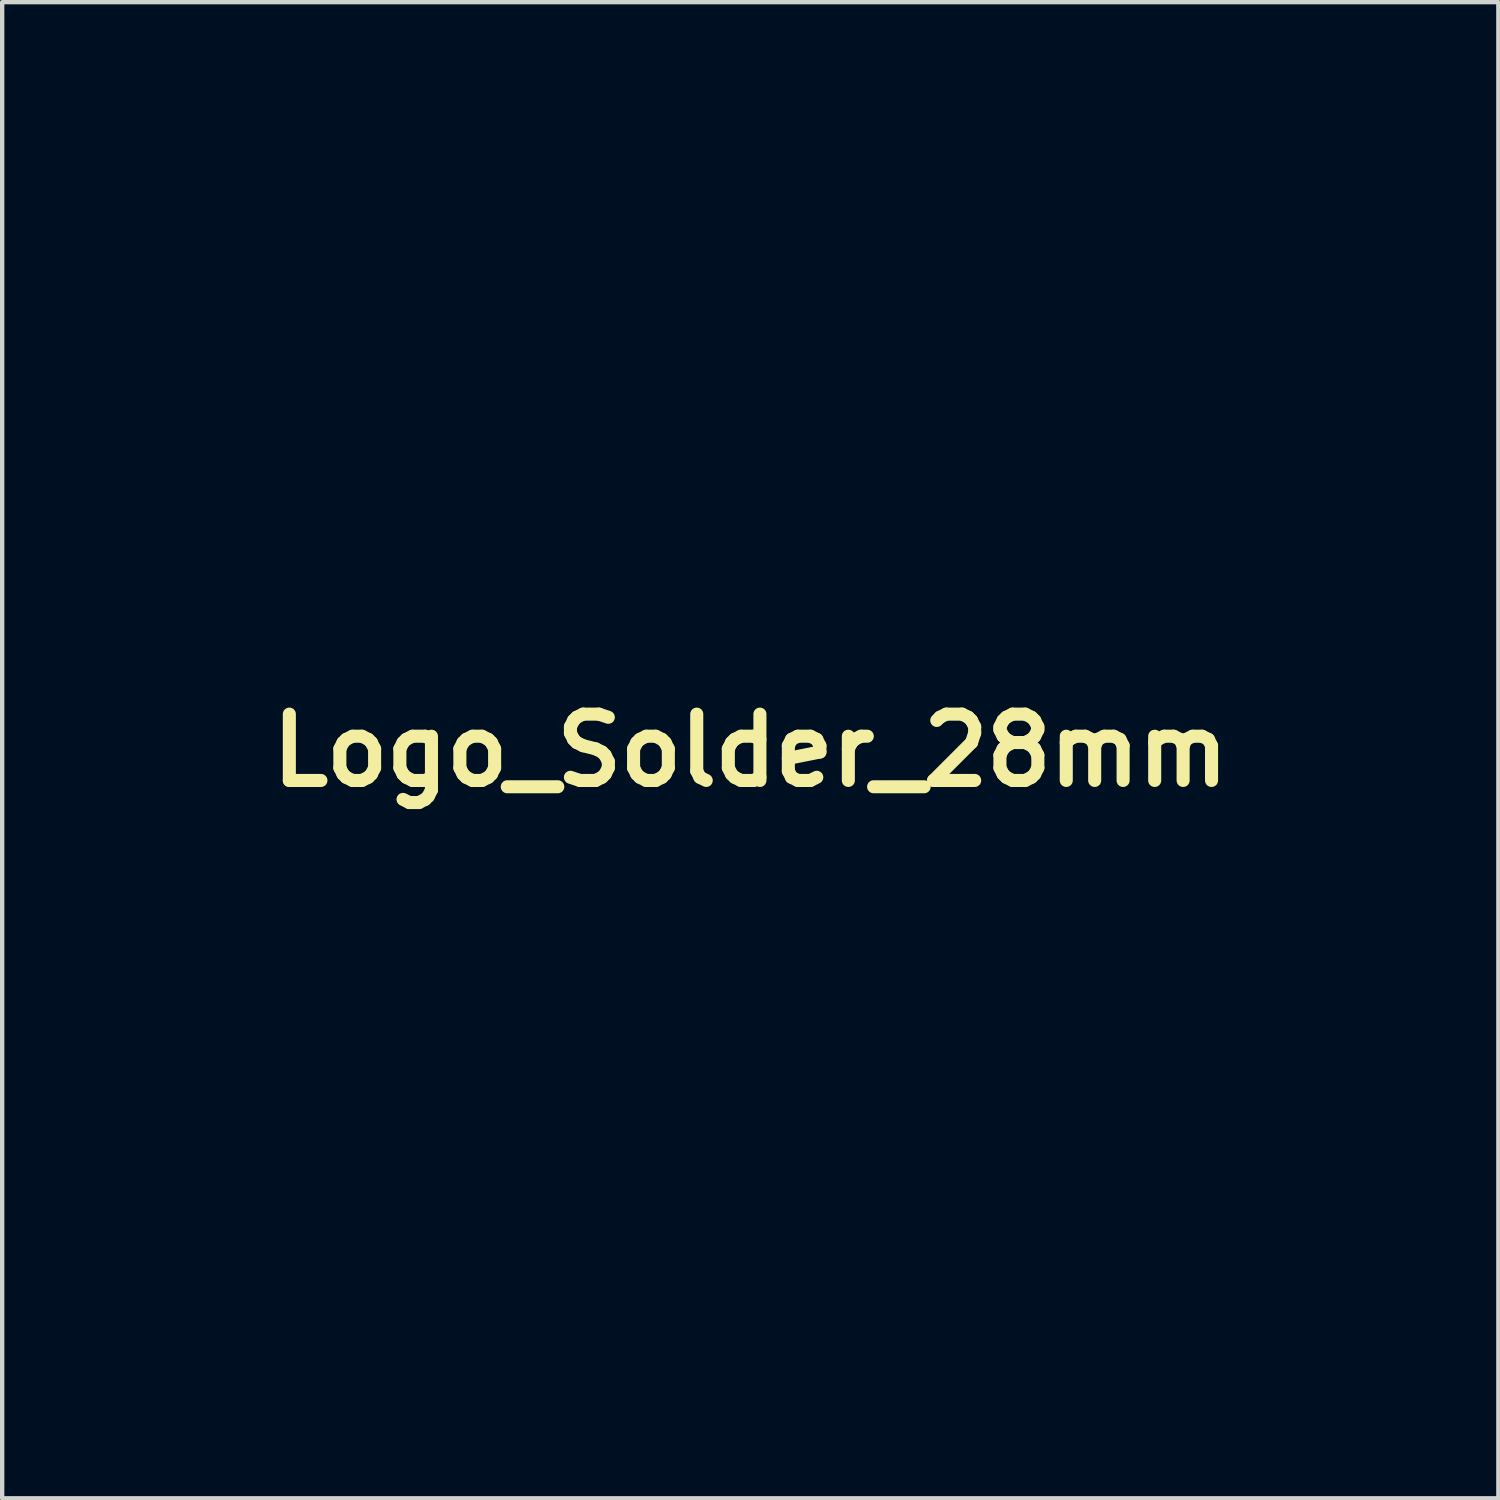
<source format=kicad_pcb>
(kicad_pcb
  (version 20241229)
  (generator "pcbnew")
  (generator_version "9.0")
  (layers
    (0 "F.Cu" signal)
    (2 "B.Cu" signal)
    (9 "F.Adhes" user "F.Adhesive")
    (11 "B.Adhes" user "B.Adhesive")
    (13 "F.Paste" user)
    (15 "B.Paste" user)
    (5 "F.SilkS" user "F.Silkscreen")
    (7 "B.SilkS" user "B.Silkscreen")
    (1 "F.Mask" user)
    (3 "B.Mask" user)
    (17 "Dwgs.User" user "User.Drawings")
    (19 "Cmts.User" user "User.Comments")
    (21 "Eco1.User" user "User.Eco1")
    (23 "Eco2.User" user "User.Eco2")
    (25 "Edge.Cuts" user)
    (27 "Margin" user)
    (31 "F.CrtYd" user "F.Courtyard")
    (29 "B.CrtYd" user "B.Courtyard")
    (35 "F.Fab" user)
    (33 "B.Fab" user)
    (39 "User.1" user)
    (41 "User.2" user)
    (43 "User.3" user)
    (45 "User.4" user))
  (footprint "Logo_Solder_28mm"
    (layer "F.Cu")
    (at 14.194 14.194)
    (property "Reference" "Logo_Solder_28mm" (at 0 0 0) (layer "F.SilkS") (effects (font (size 1.524 1.524) (thickness 0.3))))
    (attr through_hole)
    (fp_poly (pts (xy 6.482 0.921) (xy 6.62 0.949) (xy 6.754 0.992) (xy 6.884 1.049) (xy 7.007 1.119) (xy 7.123 1.203) (xy 7.23 1.299) (xy 7.327 1.408) (xy 7.396 1.503) (xy 7.472 1.63) (xy 7.531 1.762) (xy 7.575 1.898) (xy 7.604 2.041) (xy 7.618 2.187) (xy 7.616 2.333) (xy 7.599 2.475) (xy 7.567 2.613) (xy 7.521 2.744) (xy 7.462 2.868) (xy 7.391 2.985) (xy 7.308 3.094) (xy 7.215 3.194) (xy 7.113 3.284) (xy 7.002 3.363) (xy 6.883 3.431) (xy 6.757 3.486) (xy 6.625 3.529) (xy 6.488 3.557) (xy 6.346 3.571) (xy 6.201 3.57) (xy 6.104 3.56) (xy 5.968 3.535) (xy 5.839 3.496) (xy 5.715 3.444) (xy 5.593 3.377) (xy 5.542 3.344) (xy 5.424 3.255) (xy 5.318 3.156) (xy 5.226 3.047) (xy 5.146 2.93) (xy 5.08 2.806) (xy 5.027 2.675) (xy 4.988 2.54) (xy 4.964 2.401) (xy 4.955 2.26) (xy 4.956 2.215) (xy 5.212 2.215) (xy 5.213 2.284) (xy 5.216 2.351) (xy 5.222 2.409) (xy 5.227 2.443) (xy 5.263 2.575) (xy 5.311 2.696) (xy 5.373 2.808) (xy 5.448 2.913) (xy 5.51 2.982) (xy 5.562 3.034) (xy 5.61 3.076) (xy 5.658 3.113) (xy 5.713 3.15) (xy 5.739 3.166) (xy 5.845 3.221) (xy 5.961 3.266) (xy 6.08 3.298) (xy 6.151 3.31) (xy 6.2 3.314) (xy 6.26 3.315) (xy 6.325 3.314) (xy 6.39 3.31) (xy 6.449 3.304) (xy 6.49 3.298) (xy 6.618 3.264) (xy 6.736 3.218) (xy 6.846 3.159) (xy 6.949 3.085) (xy 7.045 2.998) (xy 7.128 2.907) (xy 7.197 2.814) (xy 7.252 2.717) (xy 7.297 2.611) (xy 7.306 2.584) (xy 7.33 2.509) (xy 7.345 2.441) (xy 7.355 2.373) (xy 7.36 2.3) (xy 7.361 2.239) (xy 7.359 2.158) (xy 7.353 2.087) (xy 7.342 2.02) (xy 7.324 1.951) (xy 7.306 1.895) (xy 7.264 1.788) (xy 7.212 1.689) (xy 7.147 1.596) (xy 7.068 1.504) (xy 7.045 1.481) (xy 6.948 1.393) (xy 6.845 1.32) (xy 6.735 1.261) (xy 6.616 1.214) (xy 6.49 1.18) (xy 6.44 1.173) (xy 6.379 1.168) (xy 6.311 1.165) (xy 6.241 1.166) (xy 6.175 1.169) (xy 6.117 1.175) (xy 6.083 1.18) (xy 5.953 1.215) (xy 5.835 1.262) (xy 5.725 1.321) (xy 5.622 1.395) (xy 5.528 1.481) (xy 5.44 1.578) (xy 5.367 1.681) (xy 5.307 1.791) (xy 5.261 1.91) (xy 5.227 2.036) (xy 5.22 2.086) (xy 5.215 2.147) (xy 5.212 2.215) (xy 4.956 2.215) (xy 4.96 2.118) (xy 4.98 1.976) (xy 5.017 1.834) (xy 5.069 1.696) (xy 5.08 1.672) (xy 5.145 1.551) (xy 5.224 1.435) (xy 5.317 1.327) (xy 5.421 1.229) (xy 5.534 1.141) (xy 5.655 1.066) (xy 5.775 1.008) (xy 5.915 0.959) (xy 6.056 0.926) (xy 6.199 0.909) (xy 6.341 0.907) (xy 6.482 0.921)) (stroke (width 0.01) (type solid)) (fill yes) (layer "F.Mask"))
    (fp_poly (pts (xy -7.933 -2.216) (xy -7.874 -2.191) (xy -7.819 -2.15) (xy -7.818 -2.149) (xy -7.775 -2.099) (xy -7.747 -2.043) (xy -7.735 -1.981) (xy -7.737 -1.912) (xy -7.753 -1.835) (xy -7.762 -1.808) (xy -7.797 -1.7) (xy -7.833 -1.58) (xy -7.869 -1.45) (xy -7.904 -1.314) (xy -7.938 -1.176) (xy -7.969 -1.04) (xy -7.996 -0.908) (xy -8.01 -0.838) (xy -8.018 -0.796) (xy -8.025 -0.755) (xy -8.032 -0.721) (xy -8.035 -0.707) (xy -8.039 -0.684) (xy -8.045 -0.648) (xy -8.052 -0.604) (xy -8.059 -0.554) (xy -8.064 -0.525) (xy -8.115 -0.135) (xy -8.151 0.262) (xy -8.172 0.667) (xy -8.178 1.079) (xy -8.169 1.499) (xy -8.145 1.926) (xy -8.106 2.361) (xy -8.052 2.804) (xy -8.022 3.014) (xy -8.008 3.101) (xy -7.992 3.196) (xy -7.975 3.298) (xy -7.956 3.403) (xy -7.937 3.508) (xy -7.917 3.61) (xy -7.899 3.707) (xy -7.881 3.796) (xy -7.864 3.873) (xy -7.853 3.924) (xy -7.846 3.956) (xy -7.836 3.998) (xy -7.827 4.041) (xy -7.823 4.056) (xy -7.792 4.191) (xy -7.757 4.334) (xy -7.72 4.48) (xy -7.68 4.627) (xy -7.64 4.771) (xy -7.6 4.91) (xy -7.561 5.039) (xy -7.523 5.156) (xy -7.508 5.203) (xy -7.491 5.253) (xy -7.479 5.292) (xy -7.471 5.322) (xy -7.467 5.349) (xy -7.465 5.375) (xy -7.464 5.402) (xy -7.468 5.461) (xy -7.481 5.509) (xy -7.504 5.552) (xy -7.537 5.59) (xy -7.587 5.631) (xy -7.64 5.657) (xy -7.701 5.669) (xy -7.722 5.671) (xy -7.761 5.671) (xy -7.791 5.667) (xy -7.822 5.658) (xy -7.835 5.652) (xy -7.892 5.62) (xy -7.939 5.576) (xy -7.971 5.529) (xy -7.987 5.494) (xy -8.005 5.445) (xy -8.027 5.383) (xy -8.052 5.308) (xy -8.078 5.224) (xy -8.106 5.131) (xy -8.136 5.031) (xy -8.166 4.926) (xy -8.196 4.816) (xy -8.226 4.705) (xy -8.256 4.593) (xy -8.285 4.482) (xy -8.312 4.374) (xy -8.337 4.269) (xy -8.359 4.171) (xy -8.362 4.157) (xy -8.383 4.061) (xy -8.405 3.959) (xy -8.426 3.857) (xy -8.446 3.758) (xy -8.464 3.667) (xy -8.475 3.607) (xy -8.483 3.564) (xy -8.491 3.523) (xy -8.497 3.489) (xy -8.501 3.471) (xy -8.505 3.451) (xy -8.51 3.417) (xy -8.518 3.373) (xy -8.526 3.323) (xy -8.534 3.272) (xy -8.543 3.218) (xy -8.551 3.166) (xy -8.559 3.12) (xy -8.565 3.083) (xy -8.568 3.061) (xy -8.583 2.966) (xy -8.598 2.858) (xy -8.613 2.74) (xy -8.628 2.616) (xy -8.643 2.487) (xy -8.649 2.434) (xy -8.683 2.071) (xy -8.707 1.707) (xy -8.721 1.345) (xy -8.724 0.986) (xy -8.718 0.633) (xy -8.701 0.287) (xy -8.675 -0.05) (xy -8.638 -0.376) (xy -8.623 -0.491) (xy -8.6 -0.637) (xy -8.575 -0.788) (xy -8.547 -0.94) (xy -8.517 -1.091) (xy -8.486 -1.237) (xy -8.455 -1.376) (xy -8.423 -1.505) (xy -8.392 -1.619) (xy -8.386 -1.638) (xy -8.356 -1.741) (xy -8.33 -1.829) (xy -8.307 -1.904) (xy -8.287 -1.966) (xy -8.268 -2.017) (xy -8.251 -2.059) (xy -8.235 -2.093) (xy -8.219 -2.12) (xy -8.202 -2.141) (xy -8.184 -2.159) (xy -8.164 -2.174) (xy -8.141 -2.187) (xy -8.12 -2.198) (xy -8.058 -2.22) (xy -7.996 -2.226) (xy -7.933 -2.216)) (stroke (width 0.01) (type solid)) (fill yes) (layer "F.Mask"))
    (fp_poly (pts (xy -1.853 -1.224) (xy -1.69 -1.205) (xy -1.529 -1.171) (xy -1.373 -1.122) (xy -1.221 -1.058) (xy -1.075 -0.979) (xy -0.937 -0.886) (xy -0.807 -0.779) (xy -0.745 -0.72) (xy -0.629 -0.593) (xy -0.528 -0.456) (xy -0.441 -0.311) (xy -0.369 -0.157) (xy -0.311 0.005) (xy -0.268 0.175) (xy -0.261 0.212) (xy -0.252 0.275) (xy -0.245 0.35) (xy -0.242 0.434) (xy -0.241 0.521) (xy -0.243 0.607) (xy -0.248 0.688) (xy -0.255 0.759) (xy -0.261 0.796) (xy -0.3 0.965) (xy -0.354 1.127) (xy -0.423 1.281) (xy -0.504 1.426) (xy -0.598 1.562) (xy -0.704 1.687) (xy -0.822 1.801) (xy -0.95 1.904) (xy -1.087 1.994) (xy -1.234 2.072) (xy -1.389 2.135) (xy -1.552 2.184) (xy -1.676 2.211) (xy -1.728 2.218) (xy -1.791 2.224) (xy -1.861 2.229) (xy -1.935 2.231) (xy -2.008 2.232) (xy -2.074 2.232) (xy -2.131 2.229) (xy -2.159 2.226) (xy -2.332 2.197) (xy -2.499 2.152) (xy -2.659 2.092) (xy -2.81 2.017) (xy -2.954 1.927) (xy -3.088 1.823) (xy -3.192 1.728) (xy -3.308 1.6) (xy -3.409 1.464) (xy -3.496 1.319) (xy -3.569 1.165) (xy -3.626 1.003) (xy -3.669 0.832) (xy -3.676 0.796) (xy -3.685 0.733) (xy -3.692 0.657) (xy -3.695 0.574) (xy -3.696 0.504) (xy -3.441 0.504) (xy -3.435 0.648) (xy -3.418 0.782) (xy -3.387 0.912) (xy -3.343 1.04) (xy -3.284 1.17) (xy -3.272 1.193) (xy -3.212 1.297) (xy -3.144 1.394) (xy -3.065 1.488) (xy -3.01 1.545) (xy -2.969 1.585) (xy -2.924 1.625) (xy -2.88 1.663) (xy -2.841 1.694) (xy -2.828 1.704) (xy -2.708 1.78) (xy -2.58 1.845) (xy -2.447 1.898) (xy -2.313 1.938) (xy -2.181 1.964) (xy -2.18 1.964) (xy -2.144 1.968) (xy -2.112 1.973) (xy -2.089 1.976) (xy -2.087 1.976) (xy -2.061 1.978) (xy -2.022 1.979) (xy -1.974 1.978) (xy -1.921 1.976) (xy -1.867 1.973) (xy -1.816 1.97) (xy -1.771 1.966) (xy -1.737 1.961) (xy -1.736 1.961) (xy -1.579 1.926) (xy -1.429 1.876) (xy -1.288 1.812) (xy -1.155 1.734) (xy -1.031 1.643) (xy -0.918 1.539) (xy -0.816 1.424) (xy -0.725 1.297) (xy -0.648 1.16) (xy -0.588 1.025) (xy -0.548 0.904) (xy -0.519 0.783) (xy -0.502 0.656) (xy -0.496 0.519) (xy -0.496 0.504) (xy -0.497 0.45) (xy -0.499 0.396) (xy -0.501 0.347) (xy -0.505 0.308) (xy -0.507 0.292) (xy -0.54 0.134) (xy -0.589 -0.016) (xy -0.651 -0.158) (xy -0.727 -0.292) (xy -0.815 -0.415) (xy -0.915 -0.529) (xy -1.027 -0.631) (xy -1.148 -0.722) (xy -1.28 -0.8) (xy -1.421 -0.865) (xy -1.57 -0.916) (xy -1.726 -0.953) (xy -1.757 -0.958) (xy -1.789 -0.962) (xy -1.834 -0.965) (xy -1.886 -0.967) (xy -1.94 -0.968) (xy -1.968 -0.969) (xy -2.022 -0.968) (xy -2.076 -0.966) (xy -2.125 -0.963) (xy -2.165 -0.96) (xy -2.18 -0.958) (xy -2.338 -0.924) (xy -2.489 -0.876) (xy -2.631 -0.814) (xy -2.764 -0.738) (xy -2.888 -0.65) (xy -3.001 -0.55) (xy -3.104 -0.438) (xy -3.195 -0.316) (xy -3.273 -0.184) (xy -3.338 -0.043) (xy -3.389 0.106) (xy -3.425 0.263) (xy -3.43 0.292) (xy -3.434 0.324) (xy -3.437 0.369) (xy -3.44 0.421) (xy -3.441 0.475) (xy -3.441 0.504) (xy -3.696 0.504) (xy -3.696 0.487) (xy -3.694 0.4) (xy -3.689 0.32) (xy -3.682 0.248) (xy -3.676 0.212) (xy -3.637 0.042) (xy -3.582 -0.121) (xy -3.514 -0.275) (xy -3.432 -0.421) (xy -3.337 -0.557) (xy -3.23 -0.683) (xy -3.111 -0.798) (xy -2.981 -0.901) (xy -2.84 -0.991) (xy -2.69 -1.069) (xy -2.531 -1.133) (xy -2.511 -1.139) (xy -2.348 -1.185) (xy -2.183 -1.214) (xy -2.018 -1.227) (xy -1.853 -1.224)) (stroke (width 0.01) (type solid)) (fill yes) (layer "F.Mask"))
    (fp_poly (pts (xy -2.264 -8.311) (xy -2.229 -8.304) (xy -2.21 -8.298) (xy -2.185 -8.288) (xy -2.162 -8.277) (xy -2.139 -8.262) (xy -2.112 -8.243) (xy -2.08 -8.218) (xy -2.04 -8.184) (xy -1.998 -8.148) (xy -1.766 -7.951) (xy -1.522 -7.754) (xy -1.263 -7.556) (xy -0.99 -7.355) (xy -0.888 -7.283) (xy -0.806 -7.226) (xy -0.712 -7.162) (xy -0.609 -7.094) (xy -0.499 -7.024) (xy -0.387 -6.952) (xy -0.274 -6.881) (xy -0.164 -6.814) (xy -0.059 -6.751) (xy -0.055 -6.749) (xy 0.006 -6.712) (xy 0.054 -6.684) (xy 0.092 -6.662) (xy 0.121 -6.645) (xy 0.142 -6.632) (xy 0.159 -6.622) (xy 0.174 -6.614) (xy 0.186 -6.607) (xy 0.199 -6.6) (xy 0.222 -6.587) (xy 0.256 -6.568) (xy 0.296 -6.546) (xy 0.339 -6.522) (xy 0.351 -6.515) (xy 0.435 -6.47) (xy 0.527 -6.42) (xy 0.625 -6.369) (xy 0.727 -6.316) (xy 0.829 -6.264) (xy 0.928 -6.214) (xy 1.021 -6.168) (xy 1.106 -6.127) (xy 1.18 -6.092) (xy 1.19 -6.087) (xy 1.221 -6.073) (xy 1.261 -6.055) (xy 1.302 -6.035) (xy 1.317 -6.029) (xy 1.382 -5.998) (xy 1.459 -5.964) (xy 1.543 -5.926) (xy 1.629 -5.889) (xy 1.714 -5.852) (xy 1.792 -5.82) (xy 1.808 -5.813) (xy 1.853 -5.794) (xy 1.894 -5.777) (xy 1.928 -5.762) (xy 1.951 -5.753) (xy 1.96 -5.749) (xy 1.975 -5.742) (xy 2.003 -5.731) (xy 2.041 -5.716) (xy 2.088 -5.697) (xy 2.141 -5.677) (xy 2.197 -5.655) (xy 2.253 -5.633) (xy 2.308 -5.612) (xy 2.358 -5.593) (xy 2.401 -5.577) (xy 2.434 -5.564) (xy 2.905 -5.398) (xy 3.386 -5.243) (xy 3.874 -5.102) (xy 4.366 -4.974) (xy 4.861 -4.86) (xy 5.354 -4.761) (xy 5.508 -4.733) (xy 5.57 -4.722) (xy 5.635 -4.711) (xy 5.701 -4.7) (xy 5.764 -4.689) (xy 5.821 -4.68) (xy 5.868 -4.672) (xy 5.903 -4.667) (xy 5.91 -4.666) (xy 5.943 -4.661) (xy 5.988 -4.655) (xy 6.037 -4.647) (xy 6.087 -4.64) (xy 6.088 -4.64) (xy 6.319 -4.608) (xy 6.554 -4.579) (xy 6.787 -4.555) (xy 7.016 -4.534) (xy 7.237 -4.517) (xy 7.446 -4.506) (xy 7.474 -4.505) (xy 7.535 -4.502) (xy 7.593 -4.499) (xy 7.644 -4.497) (xy 7.687 -4.494) (xy 7.718 -4.492) (xy 7.729 -4.491) (xy 7.794 -4.477) (xy 7.852 -4.448) (xy 7.901 -4.405) (xy 7.94 -4.35) (xy 7.96 -4.307) (xy 7.974 -4.249) (xy 7.973 -4.191) (xy 7.957 -4.13) (xy 7.932 -4.077) (xy 7.901 -4.036) (xy 7.858 -4) (xy 7.807 -3.972) (xy 7.753 -3.954) (xy 7.734 -3.95) (xy 7.71 -3.949) (xy 7.671 -3.949) (xy 7.62 -3.95) (xy 7.558 -3.951) (xy 7.487 -3.954) (xy 7.41 -3.958) (xy 7.329 -3.962) (xy 7.245 -3.967) (xy 7.162 -3.973) (xy 7.08 -3.978) (xy 7.003 -3.985) (xy 6.96 -3.988) (xy 6.892 -3.994) (xy 6.817 -4.002) (xy 6.737 -4.01) (xy 6.655 -4.018) (xy 6.575 -4.027) (xy 6.499 -4.035) (xy 6.43 -4.042) (xy 6.372 -4.049) (xy 6.328 -4.055) (xy 6.325 -4.055) (xy 6.289 -4.06) (xy 6.244 -4.066) (xy 6.195 -4.072) (xy 6.16 -4.077) (xy 6.114 -4.083) (xy 6.069 -4.089) (xy 6.03 -4.094) (xy 6.007 -4.098) (xy 5.976 -4.103) (xy 5.934 -4.109) (xy 5.89 -4.116) (xy 5.872 -4.118) (xy 5.819 -4.126) (xy 5.758 -4.136) (xy 5.693 -4.146) (xy 5.626 -4.157) (xy 5.562 -4.168) (xy 5.502 -4.178) (xy 5.452 -4.186) (xy 5.413 -4.193) (xy 5.402 -4.195) (xy 5.362 -4.202) (xy 5.315 -4.211) (xy 5.269 -4.219) (xy 5.262 -4.221) (xy 5.226 -4.227) (xy 5.18 -4.236) (xy 5.127 -4.246) (xy 5.069 -4.258) (xy 5.011 -4.269) (xy 4.954 -4.28) (xy 4.903 -4.291) (xy 4.86 -4.299) (xy 4.828 -4.306) (xy 4.813 -4.309) (xy 4.788 -4.315) (xy 4.753 -4.323) (xy 4.717 -4.33) (xy 4.716 -4.33) (xy 4.684 -4.337) (xy 4.641 -4.347) (xy 4.591 -4.358) (xy 4.54 -4.37) (xy 4.525 -4.373) (xy 4.476 -4.385) (xy 4.427 -4.396) (xy 4.384 -4.406) (xy 4.351 -4.413) (xy 4.343 -4.415) (xy 4.309 -4.423) (xy 4.261 -4.435) (xy 4.202 -4.449) (xy 4.134 -4.466) (xy 4.061 -4.485) (xy 3.985 -4.505) (xy 3.909 -4.525) (xy 3.835 -4.544) (xy 3.767 -4.563) (xy 3.717 -4.576) (xy 3.401 -4.666) (xy 3.078 -4.765) (xy 2.755 -4.871) (xy 2.437 -4.981) (xy 2.4 -4.994) (xy 2.35 -5.012) (xy 2.292 -5.034) (xy 2.227 -5.058) (xy 2.159 -5.083) (xy 2.089 -5.11) (xy 2.02 -5.136) (xy 1.954 -5.162) (xy 1.894 -5.185) (xy 1.841 -5.206) (xy 1.798 -5.223) (xy 1.768 -5.236) (xy 1.757 -5.241) (xy 1.744 -5.246) (xy 1.719 -5.257) (xy 1.682 -5.272) (xy 1.638 -5.291) (xy 1.587 -5.312) (xy 1.556 -5.325) (xy 1.499 -5.349) (xy 1.443 -5.372) (xy 1.392 -5.394) (xy 1.349 -5.413) (xy 1.317 -5.427) (xy 1.307 -5.431) (xy 1.278 -5.445) (xy 1.254 -5.455) (xy 1.241 -5.461) (xy 1.24 -5.461) (xy 1.232 -5.464) (xy 1.211 -5.473) (xy 1.182 -5.487) (xy 1.154 -5.5) (xy 1.108 -5.521) (xy 1.058 -5.544) (xy 1.011 -5.566) (xy 0.995 -5.573) (xy 0.938 -5.6) (xy 0.87 -5.633) (xy 0.791 -5.671) (xy 0.706 -5.714) (xy 0.615 -5.759) (xy 0.523 -5.806) (xy 0.432 -5.853) (xy 0.343 -5.899) (xy 0.26 -5.942) (xy 0.185 -5.982) (xy 0.131 -6.011) (xy -0.054 -6.114) (xy -0.242 -6.223) (xy -0.431 -6.335) (xy -0.617 -6.449) (xy -0.797 -6.563) (xy -0.969 -6.675) (xy -1.128 -6.783) (xy -1.16 -6.806) (xy -1.243 -6.865) (xy -1.329 -6.925) (xy -1.413 -6.986) (xy -1.495 -7.046) (xy -1.573 -7.102) (xy -1.643 -7.155) (xy -1.705 -7.201) (xy -1.755 -7.24) (xy -1.77 -7.251) (xy -1.796 -7.273) (xy -1.832 -7.301) (xy -1.873 -7.334) (xy -1.915 -7.367) (xy -1.93 -7.379) (xy -1.978 -7.417) (xy -2.032 -7.461) (xy -2.087 -7.506) (xy -2.136 -7.546) (xy -2.141 -7.551) (xy -2.178 -7.581) (xy -2.21 -7.607) (xy -2.235 -7.627) (xy -2.252 -7.64) (xy -2.257 -7.643) (xy -2.265 -7.638) (xy -2.283 -7.622) (xy -2.311 -7.596) (xy -2.347 -7.562) (xy -2.39 -7.521) (xy -2.438 -7.473) (xy -2.491 -7.421) (xy -2.529 -7.383) (xy -2.794 -7.12) (xy -3.057 -6.869) (xy -3.322 -6.628) (xy -3.592 -6.393) (xy -3.868 -6.164) (xy -4.154 -5.937) (xy -4.452 -5.71) (xy -4.631 -5.578) (xy -4.873 -5.406) (xy -5.126 -5.232) (xy -5.387 -5.059) (xy -5.653 -4.888) (xy -5.921 -4.722) (xy -6.189 -4.562) (xy -6.453 -4.41) (xy -6.71 -4.268) (xy -6.854 -4.191) (xy -6.892 -4.171) (xy -6.929 -4.151) (xy -6.959 -4.135) (xy -6.974 -4.126) (xy -6.991 -4.117) (xy -7.022 -4.101) (xy -7.063 -4.08) (xy -7.114 -4.054) (xy -7.171 -4.025) (xy -7.234 -3.994) (xy -7.299 -3.962) (xy -7.364 -3.929) (xy -7.429 -3.897) (xy -7.49 -3.867) (xy -7.545 -3.84) (xy -7.592 -3.816) (xy -7.63 -3.798) (xy -7.65 -3.789) (xy -7.742 -3.745) (xy -7.827 -3.706) (xy -7.874 -3.685) (xy -7.899 -3.673) (xy -7.934 -3.658) (xy -7.972 -3.64) (xy -7.987 -3.633) (xy -8.019 -3.618) (xy -8.045 -3.607) (xy -8.061 -3.6) (xy -8.064 -3.598) (xy -8.073 -3.595) (xy -8.093 -3.586) (xy -8.121 -3.574) (xy -8.129 -3.57) (xy -8.231 -3.524) (xy -8.346 -3.475) (xy -8.472 -3.422) (xy -8.605 -3.368) (xy -8.743 -3.313) (xy -8.884 -3.259) (xy -9.024 -3.207) (xy -9.16 -3.157) (xy -9.29 -3.11) (xy -9.402 -3.072) (xy -9.481 -3.05) (xy -9.55 -3.042) (xy -9.61 -3.047) (xy -9.641 -3.057) (xy -9.682 -3.079) (xy -9.722 -3.109) (xy -9.758 -3.146) (xy -9.787 -3.185) (xy -9.806 -3.223) (xy -9.813 -3.257) (xy -9.816 -3.274) (xy -9.821 -3.281) (xy -9.828 -3.289) (xy -9.83 -3.303) (xy -9.827 -3.326) (xy -9.818 -3.359) (xy -9.803 -3.405) (xy -9.798 -3.418) (xy -9.78 -3.454) (xy -9.751 -3.492) (xy -9.716 -3.526) (xy -9.681 -3.551) (xy -9.676 -3.554) (xy -9.655 -3.563) (xy -9.622 -3.576) (xy -9.58 -3.591) (xy -9.534 -3.607) (xy -9.512 -3.614) (xy -9.451 -3.635) (xy -9.384 -3.658) (xy -9.314 -3.683) (xy -9.244 -3.708) (xy -9.176 -3.733) (xy -9.113 -3.756) (xy -9.056 -3.777) (xy -9.008 -3.796) (xy -8.973 -3.81) (xy -8.954 -3.818) (xy -8.941 -3.824) (xy -8.915 -3.835) (xy -8.879 -3.849) (xy -8.835 -3.867) (xy -8.786 -3.887) (xy -8.78 -3.889) (xy -8.629 -3.951) (xy -8.467 -4.02) (xy -8.299 -4.094) (xy -8.127 -4.171) (xy -7.957 -4.25) (xy -7.891 -4.281) (xy -7.853 -4.299) (xy -7.803 -4.323) (xy -7.745 -4.352) (xy -7.679 -4.385) (xy -7.608 -4.42) (xy -7.535 -4.456) (xy -7.462 -4.493) (xy -7.391 -4.528) (xy -7.326 -4.562) (xy -7.267 -4.592) (xy -7.217 -4.617) (xy -7.18 -4.637) (xy -7.167 -4.644) (xy -7.131 -4.663) (xy -7.088 -4.686) (xy -7.046 -4.709) (xy -7.036 -4.714) (xy -6.994 -4.736) (xy -6.949 -4.761) (xy -6.908 -4.783) (xy -6.9 -4.788) (xy -6.866 -4.807) (xy -6.822 -4.831) (xy -6.777 -4.856) (xy -6.748 -4.872) (xy -6.704 -4.897) (xy -6.657 -4.923) (xy -6.614 -4.948) (xy -6.591 -4.961) (xy -6.561 -4.979) (xy -6.52 -5.003) (xy -6.473 -5.031) (xy -6.423 -5.06) (xy -6.388 -5.08) (xy -6.052 -5.283) (xy -5.712 -5.499) (xy -5.373 -5.726) (xy -5.036 -5.962) (xy -4.704 -6.206) (xy -4.381 -6.456) (xy -4.07 -6.708) (xy -3.772 -6.962) (xy -3.768 -6.965) (xy -3.632 -7.086) (xy -3.491 -7.214) (xy -3.349 -7.346) (xy -3.206 -7.482) (xy -3.066 -7.618) (xy -2.93 -7.752) (xy -2.802 -7.883) (xy -2.682 -8.007) (xy -2.589 -8.107) (xy -2.534 -8.166) (xy -2.487 -8.213) (xy -2.449 -8.248) (xy -2.416 -8.273) (xy -2.389 -8.289) (xy -2.366 -8.296) (xy -2.355 -8.297) (xy -2.339 -8.301) (xy -2.333 -8.306) (xy -2.32 -8.312) (xy -2.295 -8.314) (xy -2.264 -8.311)) (stroke (width 0.01) (type solid)) (fill yes) (layer "F.Mask"))
    (fp_poly (pts (xy 0.642 -14.175) (xy 0.919 -14.16) (xy 1.404 -14.121) (xy 1.886 -14.065) (xy 2.366 -13.993) (xy 2.842 -13.904) (xy 3.315 -13.799) (xy 3.783 -13.678) (xy 4.247 -13.542) (xy 4.706 -13.389) (xy 5.159 -13.221) (xy 5.606 -13.037) (xy 6.048 -12.838) (xy 6.482 -12.623) (xy 6.91 -12.394) (xy 7.33 -12.15) (xy 7.742 -11.891) (xy 8.146 -11.617) (xy 8.213 -11.57) (xy 8.591 -11.291) (xy 8.962 -10.997) (xy 9.325 -10.689) (xy 9.679 -10.369) (xy 10.023 -10.037) (xy 10.354 -9.696) (xy 10.672 -9.345) (xy 10.768 -9.235) (xy 11.08 -8.858) (xy 11.378 -8.473) (xy 11.661 -8.079) (xy 11.93 -7.677) (xy 12.185 -7.267) (xy 12.424 -6.849) (xy 12.649 -6.425) (xy 12.859 -5.993) (xy 13.054 -5.556) (xy 13.234 -5.112) (xy 13.399 -4.662) (xy 13.548 -4.208) (xy 13.682 -3.748) (xy 13.8 -3.284) (xy 13.902 -2.815) (xy 13.989 -2.343) (xy 14.059 -1.867) (xy 14.114 -1.389) (xy 14.153 -0.907) (xy 14.175 -0.423) (xy 14.181 0.063) (xy 14.17 0.551) (xy 14.143 1.039) (xy 14.099 1.529) (xy 14.084 1.668) (xy 14.02 2.147) (xy 13.939 2.623) (xy 13.842 3.096) (xy 13.729 3.565) (xy 13.599 4.03) (xy 13.454 4.489) (xy 13.294 4.944) (xy 13.118 5.393) (xy 12.927 5.835) (xy 12.721 6.271) (xy 12.5 6.7) (xy 12.264 7.122) (xy 12.014 7.535) (xy 11.75 7.94) (xy 11.472 8.336) (xy 11.18 8.723) (xy 10.926 9.038) (xy 10.681 9.326) (xy 10.424 9.61) (xy 10.16 9.89) (xy 9.889 10.161) (xy 9.616 10.421) (xy 9.342 10.668) (xy 9.288 10.715) (xy 8.91 11.031) (xy 8.523 11.333) (xy 8.128 11.62) (xy 7.725 11.892) (xy 7.313 12.15) (xy 6.895 12.394) (xy 6.469 12.622) (xy 6.036 12.835) (xy 5.597 13.033) (xy 5.151 13.216) (xy 4.7 13.383) (xy 4.244 13.535) (xy 3.782 13.671) (xy 3.316 13.791) (xy 2.845 13.896) (xy 2.37 13.984) (xy 1.891 14.056) (xy 1.409 14.112) (xy 0.923 14.151) (xy 0.435 14.174) (xy -0.042 14.18) (xy -0.124 14.18) (xy -0.209 14.179) (xy -0.292 14.178) (xy -0.372 14.177) (xy -0.444 14.175) (xy -0.505 14.174) (xy -0.542 14.172) (xy -1.035 14.145) (xy -1.524 14.101) (xy -2.01 14.04) (xy -2.492 13.964) (xy -2.97 13.871) (xy -3.442 13.762) (xy -3.91 13.637) (xy -4.373 13.496) (xy -4.83 13.34) (xy -5.282 13.168) (xy -5.727 12.98) (xy -6.166 12.778) (xy -6.598 12.56) (xy -7.023 12.327) (xy -7.44 12.079) (xy -7.85 11.816) (xy -8.252 11.538) (xy -8.646 11.246) (xy -9.031 10.939) (xy -9.296 10.715) (xy -9.482 10.551) (xy -9.673 10.375) (xy -9.867 10.19) (xy -10.06 9.999) (xy -10.249 9.806) (xy -10.432 9.612) (xy -10.605 9.422) (xy -10.724 9.288) (xy -11.04 8.909) (xy -11.342 8.522) (xy -11.629 8.127) (xy -11.902 7.723) (xy -12.16 7.312) (xy -12.403 6.893) (xy -12.631 6.467) (xy -12.844 6.035) (xy -13.042 5.596) (xy -13.225 5.151) (xy -13.392 4.7) (xy -13.543 4.244) (xy -13.679 3.783) (xy -13.799 3.317) (xy -13.903 2.846) (xy -13.992 2.372) (xy -14.064 1.893) (xy -14.12 1.412) (xy -14.16 0.927) (xy -14.183 0.439) (xy -14.188 0.09) (xy -13.13 0.09) (xy -13.119 0.578) (xy -13.091 1.064) (xy -13.046 1.55) (xy -12.985 2.033) (xy -12.908 2.514) (xy -12.852 2.807) (xy -12.806 3.016) (xy -12.751 3.237) (xy -12.687 3.468) (xy -12.616 3.708) (xy -12.537 3.954) (xy -12.451 4.204) (xy -12.359 4.457) (xy -12.262 4.711) (xy -12.159 4.964) (xy -12.053 5.215) (xy -11.943 5.46) (xy -11.887 5.58) (xy -11.783 5.795) (xy -11.672 6.014) (xy -11.555 6.235) (xy -11.433 6.456) (xy -11.308 6.674) (xy -11.181 6.888) (xy -11.053 7.095) (xy -10.925 7.294) (xy -10.799 7.482) (xy -10.676 7.658) (xy -10.592 7.771) (xy -10.291 8.159) (xy -9.976 8.534) (xy -9.65 8.898) (xy -9.311 9.251) (xy -8.961 9.591) (xy -8.599 9.919) (xy -8.225 10.235) (xy -7.839 10.539) (xy -7.78 10.584) (xy -7.615 10.704) (xy -7.435 10.829) (xy -7.244 10.955) (xy -7.042 11.083) (xy -6.833 11.211) (xy -6.617 11.338) (xy -6.398 11.462) (xy -6.177 11.582) (xy -5.956 11.698) (xy -5.738 11.807) (xy -5.588 11.879) (xy -5.335 11.995) (xy -5.076 12.108) (xy -4.814 12.216) (xy -4.551 12.319) (xy -4.288 12.416) (xy -4.027 12.507) (xy -3.77 12.59) (xy -3.52 12.666) (xy -3.277 12.734) (xy -3.043 12.793) (xy -2.821 12.842) (xy -2.793 12.848) (xy -2.35 12.929) (xy -1.901 12.996) (xy -1.449 13.049) (xy -0.994 13.088) (xy -0.54 13.112) (xy -0.088 13.123) (xy 0.358 13.118) (xy 0.461 13.115) (xy 0.911 13.093) (xy 1.352 13.058) (xy 1.787 13.01) (xy 2.216 12.949) (xy 2.645 12.875) (xy 2.807 12.843) (xy 3.017 12.797) (xy 3.24 12.742) (xy 3.472 12.678) (xy 3.713 12.606) (xy 3.96 12.526) (xy 4.212 12.44) (xy 4.466 12.347) (xy 4.721 12.249) (xy 4.975 12.146) (xy 5.227 12.039) (xy 5.474 11.928) (xy 5.58 11.879) (xy 5.795 11.775) (xy 6.014 11.663) (xy 6.235 11.546) (xy 6.456 11.425) (xy 6.674 11.3) (xy 6.888 11.173) (xy 7.095 11.045) (xy 7.294 10.917) (xy 7.482 10.791) (xy 7.658 10.668) (xy 7.771 10.584) (xy 8.159 10.282) (xy 8.534 9.968) (xy 8.898 9.642) (xy 9.251 9.303) (xy 9.591 8.952) (xy 9.919 8.59) (xy 10.235 8.216) (xy 10.539 7.831) (xy 10.584 7.771) (xy 10.704 7.607) (xy 10.827 7.429) (xy 10.954 7.238) (xy 11.081 7.037) (xy 11.208 6.829) (xy 11.334 6.614) (xy 11.458 6.396) (xy 11.578 6.177) (xy 11.693 5.957) (xy 11.802 5.74) (xy 11.877 5.583) (xy 11.99 5.338) (xy 12.099 5.089) (xy 12.204 4.835) (xy 12.304 4.58) (xy 12.399 4.325) (xy 12.488 4.072) (xy 12.571 3.823) (xy 12.647 3.579) (xy 12.714 3.343) (xy 12.774 3.116) (xy 12.824 2.9) (xy 12.843 2.807) (xy 12.931 2.328) (xy 13.002 1.846) (xy 13.057 1.362) (xy 13.095 0.876) (xy 13.117 0.389) (xy 13.122 -0.098) (xy 13.11 -0.585) (xy 13.082 -1.072) (xy 13.038 -1.557) (xy 12.977 -2.04) (xy 12.899 -2.521) (xy 12.843 -2.815) (xy 12.798 -3.024) (xy 12.743 -3.246) (xy 12.679 -3.477) (xy 12.607 -3.716) (xy 12.528 -3.962) (xy 12.442 -4.213) (xy 12.351 -4.466) (xy 12.253 -4.72) (xy 12.151 -4.973) (xy 12.044 -5.223) (xy 11.934 -5.469) (xy 11.879 -5.588) (xy 11.775 -5.804) (xy 11.663 -6.023) (xy 11.546 -6.244) (xy 11.425 -6.464) (xy 11.3 -6.683) (xy 11.173 -6.897) (xy 11.045 -7.104) (xy 10.917 -7.303) (xy 10.791 -7.491) (xy 10.668 -7.666) (xy 10.584 -7.78) (xy 10.282 -8.167) (xy 9.968 -8.543) (xy 9.642 -8.907) (xy 9.303 -9.259) (xy 8.953 -9.599) (xy 8.59 -9.928) (xy 8.216 -10.244) (xy 7.831 -10.547) (xy 7.771 -10.592) (xy 7.606 -10.713) (xy 7.427 -10.837) (xy 7.235 -10.964) (xy 7.034 -11.092) (xy 6.824 -11.22) (xy 6.609 -11.346) (xy 6.39 -11.47) (xy 6.169 -11.591) (xy 5.948 -11.706) (xy 5.73 -11.815) (xy 5.58 -11.887) (xy 5.337 -11.999) (xy 5.088 -12.108) (xy 4.836 -12.212) (xy 4.581 -12.312) (xy 4.327 -12.407) (xy 4.075 -12.496) (xy 3.826 -12.578) (xy 3.583 -12.654) (xy 3.347 -12.722) (xy 3.121 -12.781) (xy 2.905 -12.831) (xy 2.807 -12.852) (xy 2.328 -12.94) (xy 1.847 -13.011) (xy 1.363 -13.065) (xy 0.877 -13.104) (xy 0.39 -13.125) (xy -0.098 -13.13) (xy -0.585 -13.119) (xy -1.071 -13.091) (xy -1.557 -13.046) (xy -2.04 -12.985) (xy -2.52 -12.908) (xy -2.815 -12.852) (xy -3.025 -12.806) (xy -3.247 -12.751) (xy -3.478 -12.687) (xy -3.718 -12.615) (xy -3.965 -12.536) (xy -4.216 -12.45) (xy -4.47 -12.358) (xy -4.724 -12.26) (xy -4.978 -12.157) (xy -5.23 -12.05) (xy -5.477 -11.939) (xy -5.588 -11.888) (xy -5.797 -11.787) (xy -6.011 -11.678) (xy -6.227 -11.564) (xy -6.444 -11.445) (xy -6.658 -11.322) (xy -6.869 -11.197) (xy -7.074 -11.071) (xy -7.271 -10.946) (xy -7.458 -10.822) (xy -7.633 -10.7) (xy -7.78 -10.592) (xy -8.167 -10.291) (xy -8.543 -9.977) (xy -8.907 -9.65) (xy -9.259 -9.312) (xy -9.599 -8.961) (xy -9.928 -8.599) (xy -10.244 -8.225) (xy -10.547 -7.839) (xy -10.592 -7.78) (xy -10.713 -7.615) (xy -10.837 -7.435) (xy -10.964 -7.244) (xy -11.092 -7.042) (xy -11.22 -6.833) (xy -11.346 -6.617) (xy -11.47 -6.398) (xy -11.591 -6.177) (xy -11.706 -5.956) (xy -11.815 -5.738) (xy -11.887 -5.588) (xy -11.998 -5.347) (xy -12.106 -5.099) (xy -12.21 -4.848) (xy -12.31 -4.595) (xy -12.404 -4.342) (xy -12.493 -4.091) (xy -12.576 -3.843) (xy -12.651 -3.601) (xy -12.719 -3.366) (xy -12.778 -3.14) (xy -12.829 -2.925) (xy -12.852 -2.815) (xy -12.94 -2.336) (xy -13.011 -1.855) (xy -13.066 -1.37) (xy -13.104 -0.884) (xy -13.125 -0.397) (xy -13.13 0.09) (xy -14.188 0.09) (xy -14.189 -0.051) (xy -14.18 -0.544) (xy -14.16 -0.927) (xy -14.121 -1.412) (xy -14.065 -1.895) (xy -13.993 -2.375) (xy -13.904 -2.851) (xy -13.8 -3.323) (xy -13.679 -3.791) (xy -13.542 -4.255) (xy -13.389 -4.713) (xy -13.221 -5.166) (xy -13.038 -5.613) (xy -12.839 -6.053) (xy -12.625 -6.488) (xy -12.396 -6.915) (xy -12.152 -7.334) (xy -11.893 -7.746) (xy -11.62 -8.149) (xy -11.371 -8.492) (xy -11.084 -8.862) (xy -10.783 -9.226) (xy -10.467 -9.581) (xy -10.14 -9.927) (xy -9.803 -10.261) (xy -9.456 -10.582) (xy -9.235 -10.776) (xy -8.866 -11.082) (xy -8.485 -11.377) (xy -8.094 -11.658) (xy -7.693 -11.927) (xy -7.283 -12.182) (xy -6.866 -12.423) (xy -6.443 -12.648) (xy -6.013 -12.858) (xy -5.996 -12.867) (xy -5.549 -13.066) (xy -5.096 -13.249) (xy -4.639 -13.416) (xy -4.176 -13.566) (xy -3.71 -13.701) (xy -3.239 -13.82) (xy -2.764 -13.922) (xy -2.286 -14.007) (xy -1.804 -14.077) (xy -1.32 -14.13) (xy -0.833 -14.166) (xy -0.343 -14.186) (xy 0.148 -14.189) (xy 0.642 -14.175)) (stroke (width 0.01) (type solid)) (fill yes) (layer "F.Mask"))
    (fp_poly (pts (xy 6.924 -1.418) (xy 6.968 -1.416) (xy 7.002 -1.413) (xy 7.037 -1.408) (xy 7.068 -1.404) (xy 7.09 -1.401) (xy 7.091 -1.401) (xy 7.119 -1.395) (xy 7.159 -1.385) (xy 7.205 -1.372) (xy 7.253 -1.358) (xy 7.297 -1.343) (xy 7.333 -1.33) (xy 7.348 -1.324) (xy 7.38 -1.31) (xy 7.41 -1.296) (xy 7.425 -1.289) (xy 7.493 -1.252) (xy 7.56 -1.205) (xy 7.622 -1.152) (xy 7.675 -1.095) (xy 7.704 -1.055) (xy 7.743 -0.984) (xy 7.766 -0.914) (xy 7.773 -0.842) (xy 7.766 -0.766) (xy 7.743 -0.683) (xy 7.743 -0.682) (xy 7.729 -0.643) (xy 7.72 -0.612) (xy 7.715 -0.588) (xy 7.716 -0.567) (xy 7.725 -0.546) (xy 7.741 -0.525) (xy 7.767 -0.5) (xy 7.803 -0.469) (xy 7.851 -0.429) (xy 7.858 -0.422) (xy 7.936 -0.357) (xy 8.004 -0.302) (xy 8.065 -0.254) (xy 8.12 -0.211) (xy 8.174 -0.172) (xy 8.228 -0.135) (xy 8.285 -0.097) (xy 8.348 -0.057) (xy 8.374 -0.041) (xy 8.432 -0.005) (xy 8.479 0.023) (xy 8.513 0.042) (xy 8.538 0.054) (xy 8.553 0.059) (xy 8.556 0.059) (xy 8.568 0.053) (xy 8.587 0.038) (xy 8.605 0.019) (xy 8.661 -0.041) (xy 8.711 -0.086) (xy 8.756 -0.117) (xy 8.771 -0.125) (xy 8.797 -0.137) (xy 8.82 -0.143) (xy 8.847 -0.147) (xy 8.883 -0.148) (xy 8.894 -0.148) (xy 8.95 -0.144) (xy 9.003 -0.132) (xy 9.055 -0.111) (xy 9.11 -0.079) (xy 9.171 -0.035) (xy 9.199 -0.013) (xy 9.277 0.058) (xy 9.35 0.138) (xy 9.417 0.227) (xy 9.476 0.32) (xy 9.527 0.418) (xy 9.569 0.516) (xy 9.599 0.613) (xy 9.619 0.707) (xy 9.626 0.796) (xy 9.623 0.844) (xy 9.608 0.93) (xy 9.582 1.005) (xy 9.544 1.07) (xy 9.491 1.126) (xy 9.425 1.175) (xy 9.359 1.211) (xy 9.314 1.234) (xy 9.284 1.253) (xy 9.265 1.269) (xy 9.257 1.286) (xy 9.258 1.304) (xy 9.258 1.306) (xy 9.26 1.32) (xy 9.263 1.347) (xy 9.267 1.387) (xy 9.272 1.435) (xy 9.277 1.49) (xy 9.279 1.522) (xy 9.288 1.62) (xy 9.297 1.704) (xy 9.306 1.778) (xy 9.316 1.845) (xy 9.326 1.91) (xy 9.339 1.974) (xy 9.34 1.977) (xy 9.35 2.024) (xy 9.361 2.075) (xy 9.374 2.126) (xy 9.387 2.176) (xy 9.399 2.22) (xy 9.409 2.257) (xy 9.418 2.284) (xy 9.423 2.297) (xy 9.424 2.298) (xy 9.435 2.301) (xy 9.459 2.303) (xy 9.494 2.305) (xy 9.537 2.306) (xy 9.557 2.307) (xy 9.606 2.307) (xy 9.642 2.308) (xy 9.668 2.31) (xy 9.689 2.314) (xy 9.706 2.32) (xy 9.725 2.328) (xy 9.728 2.33) (xy 9.789 2.368) (xy 9.84 2.419) (xy 9.878 2.479) (xy 9.881 2.485) (xy 9.907 2.559) (xy 9.924 2.644) (xy 9.934 2.739) (xy 9.934 2.839) (xy 9.927 2.943) (xy 9.912 3.048) (xy 9.889 3.151) (xy 9.857 3.25) (xy 9.847 3.277) (xy 9.8 3.379) (xy 9.745 3.47) (xy 9.684 3.548) (xy 9.617 3.613) (xy 9.546 3.663) (xy 9.471 3.697) (xy 9.433 3.708) (xy 9.372 3.716) (xy 9.305 3.713) (xy 9.237 3.701) (xy 9.182 3.683) (xy 9.147 3.671) (xy 9.114 3.662) (xy 9.089 3.658) (xy 9.086 3.658) (xy 9.073 3.659) (xy 9.061 3.662) (xy 9.048 3.671) (xy 9.032 3.688) (xy 9.011 3.714) (xy 8.986 3.744) (xy 8.951 3.787) (xy 8.913 3.834) (xy 8.876 3.878) (xy 8.851 3.907) (xy 8.805 3.963) (xy 8.757 4.023) (xy 8.712 4.082) (xy 8.672 4.137) (xy 8.639 4.185) (xy 8.632 4.195) (xy 8.612 4.226) (xy 8.593 4.256) (xy 8.581 4.276) (xy 8.542 4.337) (xy 8.509 4.391) (xy 8.484 4.435) (xy 8.467 4.468) (xy 8.459 4.489) (xy 8.458 4.494) (xy 8.464 4.504) (xy 8.48 4.524) (xy 8.504 4.55) (xy 8.533 4.579) (xy 8.538 4.584) (xy 8.585 4.632) (xy 8.619 4.673) (xy 8.643 4.712) (xy 8.657 4.751) (xy 8.664 4.793) (xy 8.665 4.83) (xy 8.662 4.885) (xy 8.653 4.932) (xy 8.649 4.943) (xy 8.63 4.988) (xy 8.599 5.04) (xy 8.56 5.096) (xy 8.515 5.153) (xy 8.466 5.208) (xy 8.417 5.257) (xy 8.37 5.297) (xy 8.365 5.301) (xy 8.343 5.317) (xy 8.328 5.329) (xy 8.323 5.334) (xy 8.308 5.346) (xy 8.281 5.364) (xy 8.248 5.386) (xy 8.212 5.408) (xy 8.176 5.428) (xy 8.149 5.442) (xy 8.091 5.471) (xy 8.043 5.493) (xy 8.002 5.51) (xy 7.964 5.523) (xy 7.924 5.535) (xy 7.88 5.545) (xy 7.879 5.545) (xy 7.779 5.56) (xy 7.684 5.561) (xy 7.596 5.548) (xy 7.515 5.522) (xy 7.443 5.483) (xy 7.423 5.467) (xy 7.398 5.444) (xy 7.371 5.409) (xy 7.343 5.37) (xy 7.319 5.33) (xy 7.302 5.295) (xy 7.298 5.285) (xy 7.285 5.256) (xy 7.269 5.228) (xy 7.267 5.225) (xy 7.246 5.197) (xy 7.181 5.202) (xy 7.145 5.205) (xy 7.111 5.208) (xy 7.087 5.211) (xy 7.087 5.211) (xy 7.061 5.214) (xy 7.028 5.218) (xy 7.006 5.219) (xy 6.969 5.223) (xy 6.926 5.226) (xy 6.896 5.229) (xy 6.751 5.245) (xy 6.596 5.272) (xy 6.431 5.308) (xy 6.291 5.344) (xy 6.219 5.364) (xy 6.217 5.461) (xy 6.216 5.505) (xy 6.215 5.546) (xy 6.213 5.58) (xy 6.211 5.598) (xy 6.198 5.652) (xy 6.17 5.705) (xy 6.13 5.754) (xy 6.083 5.795) (xy 6.037 5.822) (xy 5.992 5.838) (xy 5.935 5.853) (xy 5.87 5.865) (xy 5.801 5.874) (xy 5.747 5.878) (xy 5.712 5.88) (xy 5.683 5.88) (xy 5.666 5.88) (xy 5.662 5.88) (xy 5.653 5.878) (xy 5.632 5.876) (xy 5.602 5.874) (xy 5.596 5.873) (xy 5.501 5.861) (xy 5.399 5.839) (xy 5.296 5.808) (xy 5.198 5.77) (xy 5.11 5.727) (xy 5.11 5.727) (xy 5.076 5.706) (xy 5.035 5.678) (xy 4.994 5.647) (xy 4.958 5.617) (xy 4.935 5.595) (xy 4.896 5.548) (xy 4.859 5.491) (xy 4.829 5.43) (xy 4.813 5.386) (xy 4.802 5.33) (xy 4.803 5.266) (xy 4.816 5.194) (xy 4.841 5.113) (xy 4.854 5.076) (xy 4.862 5.056) (xy 4.866 5.039) (xy 4.865 5.024) (xy 4.858 5.009) (xy 4.843 4.991) (xy 4.82 4.968) (xy 4.786 4.939) (xy 4.74 4.901) (xy 4.736 4.897) (xy 4.694 4.862) (xy 4.654 4.83) (xy 4.62 4.801) (xy 4.594 4.779) (xy 4.578 4.765) (xy 4.577 4.764) (xy 4.552 4.743) (xy 4.519 4.716) (xy 4.478 4.686) (xy 4.434 4.653) (xy 4.387 4.619) (xy 4.341 4.586) (xy 4.297 4.556) (xy 4.257 4.529) (xy 4.224 4.508) (xy 4.2 4.493) (xy 4.187 4.487) (xy 4.186 4.487) (xy 4.176 4.483) (xy 4.159 4.472) (xy 4.157 4.47) (xy 4.124 4.448) (xy 4.089 4.428) (xy 4.057 4.412) (xy 4.031 4.401) (xy 4.014 4.398) (xy 4.013 4.399) (xy 3.998 4.408) (xy 3.981 4.426) (xy 3.976 4.431) (xy 3.924 4.491) (xy 3.871 4.54) (xy 3.818 4.576) (xy 3.769 4.597) (xy 3.766 4.598) (xy 3.712 4.606) (xy 3.652 4.606) (xy 3.595 4.596) (xy 3.567 4.587) (xy 3.504 4.555) (xy 3.436 4.511) (xy 3.367 4.457) (xy 3.299 4.395) (xy 3.236 4.328) (xy 3.18 4.259) (xy 3.171 4.247) (xy 3.106 4.146) (xy 3.052 4.045) (xy 3.01 3.945) (xy 2.98 3.846) (xy 2.962 3.75) (xy 2.956 3.658) (xy 2.962 3.572) (xy 2.98 3.493) (xy 3.011 3.422) (xy 3.054 3.361) (xy 3.075 3.339) (xy 3.111 3.309) (xy 3.155 3.279) (xy 3.201 3.253) (xy 3.241 3.235) (xy 3.245 3.233) (xy 3.272 3.221) (xy 3.298 3.205) (xy 3.299 3.204) (xy 3.322 3.186) (xy 3.311 3.068) (xy 3.306 3.024) (xy 3.303 2.984) (xy 3.3 2.952) (xy 3.298 2.932) (xy 3.298 2.929) (xy 3.281 2.762) (xy 3.261 2.609) (xy 3.247 2.528) (xy 3.239 2.492) (xy 3.23 2.449) (xy 3.218 2.4) (xy 3.206 2.348) (xy 3.194 2.298) (xy 3.182 2.252) (xy 3.171 2.212) (xy 3.163 2.182) (xy 3.157 2.166) (xy 3.156 2.164) (xy 3.151 2.157) (xy 3.143 2.153) (xy 3.127 2.151) (xy 3.102 2.151) (xy 3.063 2.154) (xy 3.062 2.154) (xy 2.982 2.155) (xy 2.916 2.148) (xy 2.859 2.132) (xy 2.809 2.107) (xy 2.765 2.07) (xy 2.758 2.064) (xy 2.73 2.031) (xy 2.707 1.995) (xy 2.688 1.951) (xy 2.67 1.896) (xy 2.664 1.875) (xy 2.658 1.849) (xy 2.653 1.823) (xy 2.65 1.795) (xy 2.648 1.761) (xy 2.647 1.718) (xy 2.646 1.662) (xy 2.646 1.654) (xy 3.04 1.654) (xy 3.043 1.7) (xy 3.044 1.707) (xy 3.052 1.748) (xy 3.124 1.75) (xy 3.164 1.752) (xy 3.203 1.755) (xy 3.235 1.76) (xy 3.239 1.761) (xy 3.291 1.777) (xy 3.344 1.802) (xy 3.396 1.833) (xy 3.443 1.867) (xy 3.48 1.903) (xy 3.504 1.937) (xy 3.504 1.938) (xy 3.517 1.969) (xy 3.532 2.013) (xy 3.549 2.067) (xy 3.566 2.128) (xy 3.582 2.192) (xy 3.597 2.256) (xy 3.61 2.317) (xy 3.62 2.371) (xy 3.627 2.415) (xy 3.628 2.426) (xy 3.635 2.503) (xy 3.647 2.592) (xy 3.661 2.688) (xy 3.677 2.788) (xy 3.678 2.794) (xy 3.687 2.845) (xy 3.695 2.903) (xy 3.704 2.966) (xy 3.712 3.03) (xy 3.718 3.092) (xy 3.724 3.147) (xy 3.727 3.193) (xy 3.729 3.226) (xy 3.729 3.227) (xy 3.723 3.263) (xy 3.708 3.308) (xy 3.684 3.356) (xy 3.655 3.405) (xy 3.621 3.449) (xy 3.611 3.461) (xy 3.556 3.514) (xy 3.496 3.557) (xy 3.424 3.595) (xy 3.419 3.597) (xy 3.385 3.615) (xy 3.364 3.63) (xy 3.357 3.64) (xy 3.356 3.66) (xy 3.359 3.693) (xy 3.366 3.732) (xy 3.377 3.773) (xy 3.388 3.809) (xy 3.426 3.892) (xy 3.474 3.975) (xy 3.53 4.053) (xy 3.591 4.119) (xy 3.599 4.127) (xy 3.624 4.149) (xy 3.643 4.165) (xy 3.656 4.174) (xy 3.657 4.174) (xy 3.666 4.169) (xy 3.684 4.154) (xy 3.706 4.133) (xy 3.711 4.128) (xy 3.782 4.069) (xy 3.859 4.025) (xy 3.942 3.997) (xy 3.996 3.987) (xy 4.036 3.984) (xy 4.07 3.984) (xy 4.103 3.989) (xy 4.138 4.001) (xy 4.178 4.02) (xy 4.229 4.047) (xy 4.233 4.049) (xy 4.3 4.087) (xy 4.355 4.119) (xy 4.402 4.148) (xy 4.444 4.175) (xy 4.483 4.203) (xy 4.524 4.235) (xy 4.558 4.262) (xy 4.601 4.296) (xy 4.653 4.336) (xy 4.709 4.378) (xy 4.763 4.418) (xy 4.792 4.439) (xy 4.839 4.472) (xy 4.885 4.506) (xy 4.928 4.538) (xy 4.964 4.565) (xy 4.985 4.582) (xy 5.022 4.612) (xy 5.064 4.646) (xy 5.103 4.677) (xy 5.109 4.682) (xy 5.153 4.719) (xy 5.185 4.751) (xy 5.208 4.78) (xy 5.225 4.812) (xy 5.239 4.849) (xy 5.24 4.854) (xy 5.262 4.95) (xy 5.267 5.045) (xy 5.255 5.137) (xy 5.232 5.215) (xy 5.22 5.246) (xy 5.211 5.272) (xy 5.207 5.287) (xy 5.207 5.289) (xy 5.214 5.302) (xy 5.233 5.321) (xy 5.26 5.342) (xy 5.292 5.364) (xy 5.326 5.384) (xy 5.336 5.389) (xy 5.401 5.418) (xy 5.469 5.441) (xy 5.543 5.459) (xy 5.622 5.472) (xy 5.646 5.475) (xy 5.679 5.476) (xy 5.716 5.477) (xy 5.75 5.476) (xy 5.776 5.475) (xy 5.788 5.473) (xy 5.796 5.469) (xy 5.802 5.462) (xy 5.805 5.446) (xy 5.808 5.421) (xy 5.811 5.382) (xy 5.82 5.297) (xy 5.84 5.224) (xy 5.871 5.157) (xy 5.915 5.094) (xy 5.93 5.075) (xy 5.955 5.048) (xy 5.98 5.028) (xy 6.008 5.011) (xy 6.044 4.996) (xy 6.092 4.981) (xy 6.113 4.974) (xy 6.205 4.949) (xy 6.291 4.927) (xy 6.366 4.91) (xy 6.431 4.897) (xy 6.482 4.89) (xy 6.485 4.89) (xy 6.531 4.885) (xy 6.58 4.879) (xy 6.635 4.872) (xy 6.699 4.862) (xy 6.775 4.85) (xy 6.82 4.843) (xy 6.887 4.832) (xy 6.958 4.822) (xy 7.03 4.813) (xy 7.099 4.805) (xy 7.163 4.798) (xy 7.219 4.793) (xy 7.264 4.79) (xy 7.286 4.79) (xy 7.328 4.796) (xy 7.377 4.814) (xy 7.429 4.841) (xy 7.481 4.876) (xy 7.53 4.915) (xy 7.566 4.953) (xy 7.601 5) (xy 7.635 5.056) (xy 7.662 5.111) (xy 7.676 5.139) (xy 7.689 5.154) (xy 7.704 5.16) (xy 7.738 5.162) (xy 7.783 5.154) (xy 7.836 5.139) (xy 7.894 5.117) (xy 7.954 5.089) (xy 8.013 5.057) (xy 8.053 5.032) (xy 8.084 5.009) (xy 8.118 4.982) (xy 8.151 4.952) (xy 8.181 4.923) (xy 8.206 4.896) (xy 8.223 4.875) (xy 8.23 4.862) (xy 8.23 4.862) (xy 8.224 4.85) (xy 8.209 4.83) (xy 8.188 4.805) (xy 8.175 4.792) (xy 8.121 4.723) (xy 8.08 4.648) (xy 8.054 4.569) (xy 8.044 4.488) (xy 8.043 4.475) (xy 8.045 4.442) (xy 8.049 4.412) (xy 8.053 4.395) (xy 8.061 4.377) (xy 8.076 4.346) (xy 8.098 4.306) (xy 8.124 4.259) (xy 8.153 4.207) (xy 8.184 4.154) (xy 8.187 4.149) (xy 8.204 4.12) (xy 8.22 4.091) (xy 8.226 4.082) (xy 8.237 4.065) (xy 8.255 4.039) (xy 8.28 4.005) (xy 8.309 3.966) (xy 8.327 3.942) (xy 8.362 3.897) (xy 8.399 3.848) (xy 8.434 3.802) (xy 8.463 3.762) (xy 8.471 3.751) (xy 8.493 3.721) (xy 8.523 3.682) (xy 8.56 3.635) (xy 8.6 3.584) (xy 8.643 3.531) (xy 8.671 3.496) (xy 8.717 3.44) (xy 8.753 3.396) (xy 8.783 3.362) (xy 8.808 3.336) (xy 8.831 3.317) (xy 8.852 3.303) (xy 8.875 3.292) (xy 8.902 3.282) (xy 8.933 3.272) (xy 8.937 3.271) (xy 8.974 3.262) (xy 9.019 3.258) (xy 9.076 3.256) (xy 9.085 3.256) (xy 9.141 3.257) (xy 9.186 3.262) (xy 9.227 3.271) (xy 9.27 3.285) (xy 9.3 3.298) (xy 9.325 3.305) (xy 9.348 3.308) (xy 9.352 3.307) (xy 9.372 3.295) (xy 9.395 3.269) (xy 9.419 3.233) (xy 9.445 3.188) (xy 9.468 3.138) (xy 9.489 3.085) (xy 9.494 3.069) (xy 9.506 3.026) (xy 9.516 2.976) (xy 9.524 2.921) (xy 9.531 2.866) (xy 9.534 2.815) (xy 9.535 2.771) (xy 9.532 2.737) (xy 9.528 2.723) (xy 9.522 2.716) (xy 9.508 2.712) (xy 9.483 2.71) (xy 9.455 2.709) (xy 9.364 2.701) (xy 9.278 2.678) (xy 9.199 2.639) (xy 9.144 2.599) (xy 9.117 2.575) (xy 9.094 2.55) (xy 9.078 2.53) (xy 9.078 2.53) (xy 9.066 2.504) (xy 9.051 2.464) (xy 9.034 2.413) (xy 9.017 2.353) (xy 9 2.287) (xy 8.983 2.218) (xy 8.967 2.149) (xy 8.954 2.082) (xy 8.943 2.019) (xy 8.941 2.007) (xy 8.924 1.898) (xy 8.911 1.805) (xy 8.9 1.725) (xy 8.891 1.657) (xy 8.884 1.6) (xy 8.882 1.575) (xy 8.876 1.525) (xy 8.87 1.468) (xy 8.864 1.413) (xy 8.862 1.393) (xy 8.855 1.322) (xy 8.852 1.264) (xy 8.854 1.217) (xy 8.86 1.177) (xy 8.872 1.14) (xy 8.889 1.104) (xy 8.914 1.065) (xy 8.918 1.058) (xy 8.962 1.001) (xy 9.01 0.953) (xy 9.067 0.912) (xy 9.135 0.873) (xy 9.157 0.862) (xy 9.216 0.834) (xy 9.219 0.794) (xy 9.215 0.743) (xy 9.201 0.683) (xy 9.176 0.615) (xy 9.141 0.544) (xy 9.1 0.474) (xy 9.082 0.449) (xy 9.057 0.418) (xy 9.029 0.384) (xy 8.999 0.352) (xy 8.971 0.322) (xy 8.948 0.3) (xy 8.933 0.288) (xy 8.932 0.288) (xy 8.923 0.286) (xy 8.91 0.292) (xy 8.89 0.307) (xy 8.862 0.333) (xy 8.86 0.335) (xy 8.789 0.393) (xy 8.711 0.435) (xy 8.629 0.461) (xy 8.542 0.471) (xy 8.523 0.471) (xy 8.488 0.47) (xy 8.462 0.466) (xy 8.439 0.459) (xy 8.411 0.446) (xy 8.386 0.432) (xy 8.338 0.405) (xy 8.283 0.373) (xy 8.225 0.339) (xy 8.169 0.305) (xy 8.117 0.272) (xy 8.073 0.244) (xy 8.052 0.23) (xy 8.01 0.2) (xy 7.959 0.163) (xy 7.901 0.119) (xy 7.839 0.073) (xy 7.778 0.026) (xy 7.72 -0.019) (xy 7.668 -0.06) (xy 7.633 -0.089) (xy 7.59 -0.124) (xy 7.544 -0.162) (xy 7.5 -0.198) (xy 7.464 -0.227) (xy 7.423 -0.262) (xy 7.392 -0.29) (xy 7.37 -0.316) (xy 7.355 -0.342) (xy 7.342 -0.373) (xy 7.331 -0.409) (xy 7.314 -0.496) (xy 7.311 -0.586) (xy 7.321 -0.674) (xy 7.335 -0.728) (xy 7.35 -0.773) (xy 7.359 -0.804) (xy 7.363 -0.826) (xy 7.361 -0.841) (xy 7.354 -0.853) (xy 7.342 -0.865) (xy 7.331 -0.874) (xy 7.264 -0.919) (xy 7.184 -0.958) (xy 7.095 -0.988) (xy 7.001 -1.008) (xy 6.964 -1.013) (xy 6.938 -1.015) (xy 6.904 -1.016) (xy 6.867 -1.016) (xy 6.832 -1.016) (xy 6.801 -1.015) (xy 6.78 -1.013) (xy 6.774 -1.012) (xy 6.77 -1.001) (xy 6.766 -0.978) (xy 6.765 -0.947) (xy 6.765 -0.937) (xy 6.757 -0.845) (xy 6.734 -0.76) (xy 6.694 -0.682) (xy 6.658 -0.63) (xy 6.628 -0.598) (xy 6.599 -0.572) (xy 6.565 -0.553) (xy 6.522 -0.535) (xy 6.477 -0.521) (xy 6.437 -0.51) (xy 6.389 -0.497) (xy 6.338 -0.483) (xy 6.285 -0.47) (xy 6.236 -0.458) (xy 6.193 -0.448) (xy 6.16 -0.44) (xy 6.143 -0.437) (xy 6.111 -0.432) (xy 6.068 -0.426) (xy 6.017 -0.418) (xy 5.961 -0.41) (xy 5.905 -0.402) (xy 5.852 -0.394) (xy 5.806 -0.388) (xy 5.771 -0.383) (xy 5.757 -0.381) (xy 5.715 -0.376) (xy 5.664 -0.37) (xy 5.607 -0.364) (xy 5.547 -0.357) (xy 5.486 -0.352) (xy 5.428 -0.346) (xy 5.376 -0.342) (xy 5.333 -0.338) (xy 5.301 -0.336) (xy 5.287 -0.336) (xy 5.243 -0.342) (xy 5.195 -0.359) (xy 5.142 -0.388) (xy 5.117 -0.405) (xy 5.041 -0.465) (xy 4.979 -0.536) (xy 4.928 -0.619) (xy 4.913 -0.651) (xy 4.9 -0.677) (xy 4.889 -0.697) (xy 4.882 -0.705) (xy 4.866 -0.709) (xy 4.839 -0.708) (xy 4.803 -0.703) (xy 4.765 -0.694) (xy 4.729 -0.684) (xy 4.653 -0.653) (xy 4.576 -0.613) (xy 4.503 -0.566) (xy 4.436 -0.515) (xy 4.381 -0.462) (xy 4.36 -0.439) (xy 4.334 -0.406) (xy 4.391 -0.345) (xy 4.449 -0.272) (xy 4.492 -0.193) (xy 4.519 -0.108) (xy 4.529 -0.019) (xy 4.53 -0.006) (xy 4.529 0.016) (xy 4.525 0.037) (xy 4.518 0.06) (xy 4.505 0.089) (xy 4.486 0.128) (xy 4.48 0.138) (xy 4.43 0.23) (xy 4.372 0.327) (xy 4.31 0.423) (xy 4.249 0.511) (xy 4.22 0.551) (xy 4.186 0.595) (xy 4.147 0.648) (xy 4.107 0.701) (xy 4.071 0.749) (xy 4.069 0.753) (xy 4.044 0.786) (xy 4.013 0.827) (xy 3.978 0.871) (xy 3.941 0.919) (xy 3.903 0.966) (xy 3.866 1.012) (xy 3.832 1.054) (xy 3.802 1.09) (xy 3.778 1.118) (xy 3.762 1.136) (xy 3.758 1.141) (xy 3.739 1.152) (xy 3.708 1.165) (xy 3.669 1.178) (xy 3.628 1.19) (xy 3.589 1.199) (xy 3.575 1.202) (xy 3.501 1.207) (xy 3.421 1.201) (xy 3.339 1.183) (xy 3.272 1.16) (xy 3.245 1.153) (xy 3.22 1.158) (xy 3.195 1.174) (xy 3.17 1.205) (xy 3.143 1.249) (xy 3.125 1.285) (xy 3.102 1.337) (xy 3.082 1.398) (xy 3.066 1.465) (xy 3.052 1.532) (xy 3.044 1.596) (xy 3.04 1.654) (xy 2.646 1.654) (xy 2.646 1.643) (xy 2.647 1.576) (xy 2.648 1.521) (xy 2.652 1.474) (xy 2.658 1.431) (xy 2.668 1.387) (xy 2.681 1.337) (xy 2.699 1.277) (xy 2.702 1.266) (xy 2.723 1.205) (xy 2.75 1.14) (xy 2.781 1.076) (xy 2.812 1.017) (xy 2.837 0.977) (xy 2.887 0.914) (xy 2.946 0.858) (xy 3.011 0.811) (xy 3.078 0.774) (xy 3.146 0.749) (xy 3.211 0.737) (xy 3.228 0.737) (xy 3.262 0.74) (xy 3.307 0.749) (xy 3.356 0.762) (xy 3.405 0.778) (xy 3.427 0.786) (xy 3.465 0.8) (xy 3.492 0.804) (xy 3.515 0.798) (xy 3.536 0.78) (xy 3.556 0.756) (xy 3.58 0.726) (xy 3.61 0.689) (xy 3.647 0.644) (xy 3.693 0.59) (xy 3.747 0.525) (xy 3.752 0.519) (xy 3.793 0.468) (xy 3.839 0.407) (xy 3.888 0.336) (xy 3.939 0.261) (xy 3.989 0.184) (xy 4.036 0.109) (xy 4.072 0.048) (xy 4.125 -0.045) (xy 4.04 -0.126) (xy 3.992 -0.173) (xy 3.957 -0.214) (xy 3.933 -0.252) (xy 3.918 -0.289) (xy 3.91 -0.33) (xy 3.907 -0.376) (xy 3.907 -0.377) (xy 3.91 -0.426) (xy 3.919 -0.469) (xy 3.935 -0.513) (xy 3.96 -0.562) (xy 3.974 -0.586) (xy 4.041 -0.68) (xy 4.122 -0.769) (xy 4.215 -0.851) (xy 4.318 -0.926) (xy 4.429 -0.99) (xy 4.545 -1.044) (xy 4.666 -1.084) (xy 4.682 -1.089) (xy 4.744 -1.1) (xy 4.813 -1.106) (xy 4.882 -1.107) (xy 4.945 -1.101) (xy 4.966 -1.097) (xy 5.041 -1.075) (xy 5.104 -1.046) (xy 5.157 -1.006) (xy 5.203 -0.954) (xy 5.244 -0.888) (xy 5.259 -0.859) (xy 5.281 -0.814) (xy 5.299 -0.782) (xy 5.317 -0.761) (xy 5.336 -0.749) (xy 5.36 -0.745) (xy 5.392 -0.746) (xy 5.432 -0.75) (xy 5.479 -0.755) (xy 5.535 -0.76) (xy 5.592 -0.766) (xy 5.639 -0.77) (xy 5.713 -0.777) (xy 5.788 -0.785) (xy 5.858 -0.794) (xy 5.921 -0.803) (xy 5.972 -0.811) (xy 5.986 -0.814) (xy 6.039 -0.824) (xy 6.095 -0.837) (xy 6.151 -0.85) (xy 6.206 -0.863) (xy 6.255 -0.876) (xy 6.298 -0.888) (xy 6.33 -0.898) (xy 6.35 -0.905) (xy 6.354 -0.908) (xy 6.357 -0.919) (xy 6.36 -0.944) (xy 6.362 -0.981) (xy 6.363 -1.027) (xy 6.363 -1.04) (xy 6.363 -1.089) (xy 6.364 -1.124) (xy 6.366 -1.15) (xy 6.369 -1.17) (xy 6.375 -1.188) (xy 6.383 -1.206) (xy 6.387 -1.213) (xy 6.423 -1.271) (xy 6.47 -1.319) (xy 6.529 -1.357) (xy 6.601 -1.386) (xy 6.685 -1.405) (xy 6.783 -1.416) (xy 6.824 -1.418) (xy 6.874 -1.419) (xy 6.924 -1.418)) (stroke (width 0.01) (type solid)) (fill yes) (layer "F.Mask"))
    (fp_poly (pts (xy -2.624 -4.406) (xy -2.569 -4.404) (xy -2.523 -4.401) (xy -2.482 -4.395) (xy -2.442 -4.387) (xy -2.399 -4.376) (xy -2.366 -4.367) (xy -2.29 -4.337) (xy -2.214 -4.297) (xy -2.146 -4.248) (xy -2.106 -4.211) (xy -2.06 -4.158) (xy -2.026 -4.098) (xy -2.001 -4.031) (xy -1.984 -3.953) (xy -1.977 -3.886) (xy -1.971 -3.83) (xy -1.965 -3.788) (xy -1.956 -3.753) (xy -1.943 -3.724) (xy -1.931 -3.701) (xy -1.905 -3.661) (xy -1.801 -3.637) (xy -1.751 -3.625) (xy -1.691 -3.611) (xy -1.621 -3.594) (xy -1.54 -3.573) (xy -1.445 -3.549) (xy -1.336 -3.52) (xy -1.257 -3.5) (xy -1.2 -3.485) (xy -1.137 -3.471) (xy -1.077 -3.459) (xy -1.023 -3.449) (xy -1.003 -3.446) (xy -0.952 -3.439) (xy -0.892 -3.432) (xy -0.825 -3.426) (xy -0.757 -3.419) (xy -0.69 -3.413) (xy -0.628 -3.409) (xy -0.574 -3.405) (xy -0.533 -3.404) (xy -0.522 -3.404) (xy -0.491 -3.404) (xy -0.472 -3.408) (xy -0.458 -3.416) (xy -0.443 -3.431) (xy -0.441 -3.433) (xy -0.421 -3.464) (xy -0.403 -3.506) (xy -0.398 -3.524) (xy -0.375 -3.601) (xy -0.354 -3.664) (xy -0.334 -3.714) (xy -0.315 -3.755) (xy -0.294 -3.788) (xy -0.271 -3.815) (xy -0.244 -3.84) (xy -0.215 -3.861) (xy -0.17 -3.889) (xy -0.126 -3.907) (xy -0.077 -3.917) (xy -0.019 -3.921) (xy 0.001 -3.921) (xy 0.13 -3.912) (xy 0.262 -3.887) (xy 0.396 -3.846) (xy 0.531 -3.789) (xy 0.667 -3.716) (xy 0.762 -3.656) (xy 0.874 -3.574) (xy 0.973 -3.488) (xy 1.058 -3.398) (xy 1.128 -3.305) (xy 1.184 -3.21) (xy 1.224 -3.114) (xy 1.248 -3.018) (xy 1.256 -2.929) (xy 1.252 -2.866) (xy 1.241 -2.807) (xy 1.219 -2.75) (xy 1.187 -2.692) (xy 1.142 -2.63) (xy 1.107 -2.588) (xy 1.078 -2.553) (xy 1.057 -2.527) (xy 1.043 -2.505) (xy 1.034 -2.485) (xy 1.026 -2.463) (xy 1.021 -2.443) (xy 1.008 -2.393) (xy 1.066 -2.299) (xy 1.091 -2.259) (xy 1.121 -2.209) (xy 1.154 -2.154) (xy 1.187 -2.1) (xy 1.202 -2.074) (xy 1.233 -2.023) (xy 1.265 -1.969) (xy 1.297 -1.916) (xy 1.324 -1.87) (xy 1.336 -1.85) (xy 1.371 -1.794) (xy 1.407 -1.738) (xy 1.447 -1.681) (xy 1.491 -1.621) (xy 1.542 -1.557) (xy 1.6 -1.485) (xy 1.667 -1.405) (xy 1.743 -1.315) (xy 1.755 -1.302) (xy 1.841 -1.201) (xy 1.893 -1.204) (xy 1.916 -1.206) (xy 1.938 -1.211) (xy 1.961 -1.22) (xy 1.991 -1.234) (xy 2.03 -1.255) (xy 2.045 -1.263) (xy 2.105 -1.295) (xy 2.154 -1.318) (xy 2.198 -1.333) (xy 2.238 -1.342) (xy 2.28 -1.345) (xy 2.319 -1.345) (xy 2.359 -1.342) (xy 2.389 -1.337) (xy 2.415 -1.327) (xy 2.446 -1.312) (xy 2.447 -1.312) (xy 2.503 -1.275) (xy 2.561 -1.222) (xy 2.619 -1.156) (xy 2.676 -1.079) (xy 2.73 -0.991) (xy 2.765 -0.927) (xy 2.785 -0.882) (xy 2.808 -0.826) (xy 2.832 -0.762) (xy 2.854 -0.696) (xy 2.874 -0.631) (xy 2.89 -0.574) (xy 2.894 -0.559) (xy 2.91 -0.472) (xy 2.922 -0.378) (xy 2.928 -0.28) (xy 2.929 -0.183) (xy 2.924 -0.091) (xy 2.914 -0.008) (xy 2.901 0.053) (xy 2.869 0.15) (xy 2.826 0.238) (xy 2.772 0.315) (xy 2.739 0.352) (xy 2.69 0.396) (xy 2.638 0.431) (xy 2.58 0.457) (xy 2.514 0.476) (xy 2.436 0.489) (xy 2.377 0.495) (xy 2.305 0.504) (xy 2.249 0.52) (xy 2.208 0.543) (xy 2.182 0.573) (xy 2.172 0.599) (xy 2.167 0.626) (xy 2.158 0.664) (xy 2.147 0.714) (xy 2.131 0.776) (xy 2.112 0.852) (xy 2.089 0.943) (xy 2.062 1.048) (xy 2.053 1.084) (xy 2.032 1.164) (xy 2.015 1.235) (xy 2 1.3) (xy 1.987 1.361) (xy 1.976 1.421) (xy 1.967 1.482) (xy 1.958 1.546) (xy 1.951 1.617) (xy 1.943 1.697) (xy 1.936 1.788) (xy 1.928 1.892) (xy 1.926 1.916) (xy 1.924 1.956) (xy 1.927 1.987) (xy 1.936 2.012) (xy 1.953 2.033) (xy 1.98 2.05) (xy 2.019 2.067) (xy 2.071 2.085) (xy 2.108 2.096) (xy 2.152 2.109) (xy 2.193 2.123) (xy 2.228 2.135) (xy 2.251 2.144) (xy 2.251 2.144) (xy 2.291 2.169) (xy 2.332 2.203) (xy 2.369 2.242) (xy 2.398 2.282) (xy 2.406 2.296) (xy 2.428 2.356) (xy 2.442 2.426) (xy 2.447 2.5) (xy 2.443 2.574) (xy 2.438 2.601) (xy 2.431 2.637) (xy 2.424 2.677) (xy 2.421 2.692) (xy 2.409 2.742) (xy 2.391 2.801) (xy 2.368 2.867) (xy 2.342 2.934) (xy 2.314 2.999) (xy 2.293 3.044) (xy 2.233 3.152) (xy 2.165 3.256) (xy 2.091 3.354) (xy 2.011 3.444) (xy 1.928 3.524) (xy 1.843 3.592) (xy 1.759 3.645) (xy 1.737 3.657) (xy 1.645 3.696) (xy 1.553 3.721) (xy 1.464 3.731) (xy 1.38 3.726) (xy 1.379 3.726) (xy 1.32 3.71) (xy 1.255 3.681) (xy 1.188 3.641) (xy 1.121 3.591) (xy 1.116 3.587) (xy 1.083 3.56) (xy 1.052 3.536) (xy 1.026 3.518) (xy 1.013 3.51) (xy 0.988 3.501) (xy 0.959 3.493) (xy 0.932 3.487) (xy 0.911 3.485) (xy 0.902 3.488) (xy 0.894 3.495) (xy 0.874 3.508) (xy 0.846 3.526) (xy 0.819 3.542) (xy 0.786 3.563) (xy 0.757 3.581) (xy 0.736 3.593) (xy 0.728 3.599) (xy 0.709 3.61) (xy 0.678 3.629) (xy 0.639 3.652) (xy 0.595 3.679) (xy 0.547 3.707) (xy 0.501 3.734) (xy 0.458 3.76) (xy 0.422 3.781) (xy 0.4 3.794) (xy 0.366 3.814) (xy 0.336 3.831) (xy 0.315 3.843) (xy 0.307 3.848) (xy 0.292 3.857) (xy 0.268 3.87) (xy 0.243 3.885) (xy 0.205 3.909) (xy 0.157 3.944) (xy 0.098 3.988) (xy 0.029 4.044) (xy -0.052 4.111) (xy -0.127 4.175) (xy -0.177 4.218) (xy -0.216 4.252) (xy -0.245 4.279) (xy -0.264 4.299) (xy -0.277 4.314) (xy -0.283 4.326) (xy -0.284 4.331) (xy -0.283 4.363) (xy -0.272 4.405) (xy -0.25 4.456) (xy -0.219 4.513) (xy -0.188 4.567) (xy -0.166 4.612) (xy -0.152 4.652) (xy -0.144 4.692) (xy -0.14 4.735) (xy -0.14 4.763) (xy -0.14 4.803) (xy -0.142 4.832) (xy -0.147 4.855) (xy -0.155 4.877) (xy -0.168 4.905) (xy -0.169 4.907) (xy -0.208 4.968) (xy -0.262 5.028) (xy -0.329 5.088) (xy -0.408 5.145) (xy -0.498 5.198) (xy -0.595 5.248) (xy -0.7 5.291) (xy -0.809 5.328) (xy -0.876 5.347) (xy -0.994 5.372) (xy -1.115 5.389) (xy -1.234 5.397) (xy -1.346 5.396) (xy -1.388 5.393) (xy -1.498 5.376) (xy -1.599 5.348) (xy -1.69 5.31) (xy -1.77 5.262) (xy -1.838 5.205) (xy -1.892 5.139) (xy -1.933 5.065) (xy -1.959 4.985) (xy -1.966 4.95) (xy -1.972 4.907) (xy -1.976 4.864) (xy -1.977 4.856) (xy -1.982 4.803) (xy -1.989 4.763) (xy -1.999 4.73) (xy -2.014 4.699) (xy -2.022 4.684) (xy -2.032 4.669) (xy -2.042 4.658) (xy -2.054 4.65) (xy -2.074 4.643) (xy -2.103 4.635) (xy -2.142 4.626) (xy -2.191 4.615) (xy -2.251 4.6) (xy -2.319 4.583) (xy -2.39 4.565) (xy -2.459 4.548) (xy -2.522 4.531) (xy -2.575 4.517) (xy -2.595 4.512) (xy -2.679 4.49) (xy -2.759 4.471) (xy -2.838 4.455) (xy -2.92 4.441) (xy -3.008 4.429) (xy -3.104 4.419) (xy -3.213 4.409) (xy -3.279 4.404) (xy -3.474 4.389) (xy -3.499 4.41) (xy -3.516 4.428) (xy -3.532 4.451) (xy -3.546 4.481) (xy -3.561 4.522) (xy -3.578 4.577) (xy -3.58 4.587) (xy -3.602 4.658) (xy -3.624 4.714) (xy -3.649 4.76) (xy -3.678 4.798) (xy -3.714 4.832) (xy -3.733 4.847) (xy -3.783 4.878) (xy -3.837 4.898) (xy -3.897 4.909) (xy -3.958 4.912) (xy -4.077 4.905) (xy -4.2 4.883) (xy -4.325 4.847) (xy -4.449 4.798) (xy -4.572 4.738) (xy -4.69 4.668) (xy -4.801 4.589) (xy -4.905 4.501) (xy -4.998 4.406) (xy -5.079 4.306) (xy -5.086 4.295) (xy -5.137 4.21) (xy -5.176 4.119) (xy -5.201 4.026) (xy -5.211 3.934) (xy -5.211 3.9) (xy -5.203 3.831) (xy -5.184 3.764) (xy -5.152 3.698) (xy -5.106 3.629) (xy -5.046 3.557) (xy -5.022 3.531) (xy -5.006 3.508) (xy -4.99 3.476) (xy -4.978 3.442) (xy -4.971 3.412) (xy -4.97 3.404) (xy -4.976 3.374) (xy -4.992 3.339) (xy -4.998 3.33) (xy -5.018 3.297) (xy -5.042 3.258) (xy -5.068 3.216) (xy -5.094 3.172) (xy -5.12 3.13) (xy -5.143 3.092) (xy -5.162 3.06) (xy -5.175 3.038) (xy -5.181 3.027) (xy -5.182 3.027) (xy -5.188 3.016) (xy -5.202 2.992) (xy -5.222 2.958) (xy -5.247 2.916) (xy -5.275 2.869) (xy -5.305 2.818) (xy -5.337 2.766) (xy -5.345 2.752) (xy -5.381 2.695) (xy -5.425 2.633) (xy -5.477 2.564) (xy -5.538 2.487) (xy -5.611 2.4) (xy -5.664 2.338) (xy -5.697 2.3) (xy -5.727 2.265) (xy -5.752 2.235) (xy -5.769 2.214) (xy -5.777 2.205) (xy -5.798 2.186) (xy -5.826 2.179) (xy -5.862 2.182) (xy -5.907 2.197) (xy -5.963 2.224) (xy -6.001 2.245) (xy -6.051 2.273) (xy -6.091 2.294) (xy -6.126 2.308) (xy -6.157 2.317) (xy -6.191 2.322) (xy -6.23 2.323) (xy -6.248 2.324) (xy -6.289 2.324) (xy -6.319 2.322) (xy -6.341 2.318) (xy -6.363 2.311) (xy -6.389 2.299) (xy -6.396 2.295) (xy -6.452 2.26) (xy -6.51 2.21) (xy -6.567 2.146) (xy -6.624 2.071) (xy -6.677 1.986) (xy -6.726 1.894) (xy -6.727 1.892) (xy -6.779 1.77) (xy -6.821 1.642) (xy -6.853 1.511) (xy -6.875 1.38) (xy -6.886 1.251) (xy -6.885 1.162) (xy -6.484 1.162) (xy -6.483 1.244) (xy -6.476 1.331) (xy -6.463 1.42) (xy -6.45 1.477) (xy -6.429 1.552) (xy -6.402 1.628) (xy -6.371 1.702) (xy -6.338 1.769) (xy -6.304 1.827) (xy -6.271 1.872) (xy -6.265 1.879) (xy -6.232 1.915) (xy -6.204 1.897) (xy -6.175 1.88) (xy -6.136 1.86) (xy -6.092 1.839) (xy -6.048 1.819) (xy -6.008 1.803) (xy -5.982 1.794) (xy -5.949 1.788) (xy -5.903 1.784) (xy -5.846 1.783) (xy -5.829 1.782) (xy -5.778 1.783) (xy -5.739 1.785) (xy -5.707 1.789) (xy -5.677 1.796) (xy -5.656 1.802) (xy -5.627 1.812) (xy -5.605 1.822) (xy -5.584 1.835) (xy -5.561 1.855) (xy -5.533 1.883) (xy -5.525 1.891) (xy -5.4 2.024) (xy -5.277 2.172) (xy -5.153 2.335) (xy -5.029 2.514) (xy -4.905 2.708) (xy -4.868 2.769) (xy -4.834 2.825) (xy -4.798 2.885) (xy -4.76 2.946) (xy -4.724 3.006) (xy -4.69 3.061) (xy -4.661 3.109) (xy -4.638 3.146) (xy -4.63 3.158) (xy -4.612 3.189) (xy -4.593 3.224) (xy -4.583 3.242) (xy -4.574 3.262) (xy -4.568 3.279) (xy -4.565 3.298) (xy -4.564 3.322) (xy -4.565 3.356) (xy -4.566 3.39) (xy -4.575 3.483) (xy -4.594 3.568) (xy -4.625 3.647) (xy -4.668 3.724) (xy -4.724 3.801) (xy -4.759 3.841) (xy -4.783 3.869) (xy -4.798 3.888) (xy -4.805 3.903) (xy -4.807 3.918) (xy -4.806 3.937) (xy -4.806 3.938) (xy -4.792 3.992) (xy -4.764 4.049) (xy -4.723 4.108) (xy -4.671 4.168) (xy -4.608 4.227) (xy -4.537 4.284) (xy -4.459 4.337) (xy -4.376 4.386) (xy -4.29 4.429) (xy -4.201 4.464) (xy -4.181 4.471) (xy -4.133 4.485) (xy -4.086 4.497) (xy -4.044 4.505) (xy -4.01 4.509) (xy -3.988 4.509) (xy -3.985 4.508) (xy -3.976 4.497) (xy -3.967 4.476) (xy -3.962 4.459) (xy -3.948 4.411) (xy -3.93 4.357) (xy -3.909 4.304) (xy -3.888 4.258) (xy -3.881 4.246) (xy -3.858 4.212) (xy -3.824 4.171) (xy -3.783 4.129) (xy -3.739 4.089) (xy -3.696 4.054) (xy -3.657 4.027) (xy -3.653 4.025) (xy -3.594 3.992) (xy -3.445 3.993) (xy -3.389 3.995) (xy -3.332 3.996) (xy -3.279 3.999) (xy -3.235 4.002) (xy -3.216 4.004) (xy -3.17 4.009) (xy -3.121 4.013) (xy -3.077 4.017) (xy -3.069 4.018) (xy -3.039 4.022) (xy -2.996 4.028) (xy -2.945 4.038) (xy -2.89 4.049) (xy -2.836 4.06) (xy -2.777 4.073) (xy -2.715 4.086) (xy -2.656 4.098) (xy -2.604 4.108) (xy -2.57 4.115) (xy -2.53 4.122) (xy -2.478 4.133) (xy -2.418 4.146) (xy -2.355 4.161) (xy -2.293 4.175) (xy -2.282 4.178) (xy -2.222 4.192) (xy -2.162 4.207) (xy -2.107 4.22) (xy -2.059 4.231) (xy -2.022 4.24) (xy -2.015 4.241) (xy -1.957 4.255) (xy -1.914 4.266) (xy -1.88 4.276) (xy -1.855 4.287) (xy -1.834 4.299) (xy -1.814 4.314) (xy -1.797 4.329) (xy -1.723 4.41) (xy -1.664 4.498) (xy -1.62 4.593) (xy -1.592 4.695) (xy -1.592 4.697) (xy -1.584 4.74) (xy -1.579 4.783) (xy -1.575 4.819) (xy -1.575 4.833) (xy -1.571 4.875) (xy -1.56 4.907) (xy -1.539 4.931) (xy -1.525 4.942) (xy -1.483 4.963) (xy -1.428 4.978) (xy -1.363 4.989) (xy -1.291 4.994) (xy -1.214 4.994) (xy -1.135 4.987) (xy -1.105 4.983) (xy -1.002 4.963) (xy -0.902 4.936) (xy -0.807 4.902) (xy -0.72 4.863) (xy -0.645 4.821) (xy -0.583 4.775) (xy -0.581 4.774) (xy -0.549 4.746) (xy -0.588 4.677) (xy -0.61 4.635) (xy -0.633 4.587) (xy -0.652 4.543) (xy -0.654 4.538) (xy -0.665 4.508) (xy -0.672 4.483) (xy -0.677 4.46) (xy -0.679 4.432) (xy -0.681 4.396) (xy -0.681 4.348) (xy -0.681 4.348) (xy -0.681 4.297) (xy -0.68 4.259) (xy -0.677 4.229) (xy -0.672 4.203) (xy -0.664 4.175) (xy -0.661 4.166) (xy -0.65 4.135) (xy -0.639 4.111) (xy -0.624 4.089) (xy -0.602 4.064) (xy -0.576 4.038) (xy -0.534 3.998) (xy -0.484 3.952) (xy -0.428 3.903) (xy -0.37 3.853) (xy -0.311 3.805) (xy -0.256 3.761) (xy -0.207 3.723) (xy -0.166 3.693) (xy -0.154 3.686) (xy -0.075 3.635) (xy -0.008 3.591) (xy 0.049 3.554) (xy 0.097 3.522) (xy 0.14 3.493) (xy 0.173 3.47) (xy 0.211 3.445) (xy 0.251 3.419) (xy 0.296 3.39) (xy 0.349 3.357) (xy 0.413 3.319) (xy 0.47 3.285) (xy 0.502 3.265) (xy 0.533 3.246) (xy 0.557 3.231) (xy 0.559 3.23) (xy 0.612 3.196) (xy 0.663 3.165) (xy 0.709 3.137) (xy 0.749 3.115) (xy 0.778 3.099) (xy 0.795 3.092) (xy 0.82 3.087) (xy 0.857 3.083) (xy 0.9 3.082) (xy 0.943 3.083) (xy 0.982 3.086) (xy 1.003 3.09) (xy 1.032 3.096) (xy 1.057 3.101) (xy 1.061 3.102) (xy 1.129 3.121) (xy 1.202 3.155) (xy 1.279 3.203) (xy 1.357 3.263) (xy 1.369 3.274) (xy 1.433 3.329) (xy 1.475 3.325) (xy 1.525 3.311) (xy 1.58 3.284) (xy 1.637 3.243) (xy 1.697 3.191) (xy 1.755 3.13) (xy 1.813 3.06) (xy 1.866 2.982) (xy 1.894 2.938) (xy 1.935 2.861) (xy 1.971 2.782) (xy 2 2.705) (xy 2.021 2.634) (xy 2.032 2.57) (xy 2.034 2.548) (xy 2.036 2.495) (xy 1.959 2.472) (xy 1.858 2.437) (xy 1.77 2.393) (xy 1.695 2.339) (xy 1.631 2.276) (xy 1.575 2.2) (xy 1.566 2.184) (xy 1.549 2.152) (xy 1.534 2.12) (xy 1.526 2.096) (xy 1.526 2.095) (xy 1.522 2.064) (xy 1.521 2.018) (xy 1.522 1.96) (xy 1.525 1.893) (xy 1.53 1.819) (xy 1.537 1.741) (xy 1.545 1.66) (xy 1.554 1.579) (xy 1.564 1.502) (xy 1.575 1.429) (xy 1.587 1.365) (xy 1.592 1.342) (xy 1.604 1.285) (xy 1.616 1.226) (xy 1.628 1.17) (xy 1.638 1.121) (xy 1.643 1.097) (xy 1.65 1.061) (xy 1.661 1.013) (xy 1.674 0.956) (xy 1.689 0.894) (xy 1.704 0.831) (xy 1.71 0.805) (xy 1.726 0.742) (xy 1.741 0.677) (xy 1.756 0.616) (xy 1.769 0.561) (xy 1.779 0.517) (xy 1.782 0.504) (xy 1.795 0.449) (xy 1.806 0.408) (xy 1.819 0.376) (xy 1.833 0.35) (xy 1.852 0.326) (xy 1.876 0.301) (xy 1.879 0.297) (xy 1.953 0.233) (xy 2.029 0.182) (xy 2.109 0.143) (xy 2.197 0.116) (xy 2.295 0.098) (xy 2.345 0.093) (xy 2.391 0.088) (xy 2.424 0.083) (xy 2.447 0.075) (xy 2.463 0.062) (xy 2.476 0.042) (xy 2.49 0.014) (xy 2.492 0.01) (xy 2.514 -0.056) (xy 2.527 -0.134) (xy 2.53 -0.221) (xy 2.525 -0.316) (xy 2.511 -0.415) (xy 2.489 -0.517) (xy 2.458 -0.618) (xy 2.426 -0.703) (xy 2.406 -0.745) (xy 2.383 -0.79) (xy 2.357 -0.834) (xy 2.332 -0.873) (xy 2.31 -0.902) (xy 2.301 -0.912) (xy 2.285 -0.926) (xy 2.274 -0.93) (xy 2.261 -0.924) (xy 2.254 -0.92) (xy 2.215 -0.897) (xy 2.166 -0.872) (xy 2.115 -0.848) (xy 2.067 -0.828) (xy 2.044 -0.82) (xy 1.991 -0.807) (xy 1.927 -0.8) (xy 1.86 -0.799) (xy 1.793 -0.804) (xy 1.734 -0.814) (xy 1.714 -0.819) (xy 1.681 -0.831) (xy 1.65 -0.843) (xy 1.629 -0.854) (xy 1.614 -0.866) (xy 1.589 -0.89) (xy 1.557 -0.924) (xy 1.519 -0.965) (xy 1.476 -1.013) (xy 1.43 -1.065) (xy 1.382 -1.12) (xy 1.335 -1.176) (xy 1.296 -1.223) (xy 1.257 -1.272) (xy 1.212 -1.333) (xy 1.162 -1.402) (xy 1.11 -1.476) (xy 1.057 -1.553) (xy 1.007 -1.629) (xy 0.96 -1.701) (xy 0.923 -1.761) (xy 0.875 -1.839) (xy 0.822 -1.926) (xy 0.763 -2.023) (xy 0.695 -2.131) (xy 0.694 -2.134) (xy 0.662 -2.185) (xy 0.638 -2.226) (xy 0.622 -2.259) (xy 0.612 -2.289) (xy 0.606 -2.319) (xy 0.606 -2.351) (xy 0.608 -2.391) (xy 0.61 -2.424) (xy 0.628 -2.532) (xy 0.661 -2.634) (xy 0.709 -2.728) (xy 0.772 -2.815) (xy 0.791 -2.837) (xy 0.821 -2.869) (xy 0.84 -2.894) (xy 0.85 -2.914) (xy 0.853 -2.933) (xy 0.85 -2.956) (xy 0.847 -2.967) (xy 0.829 -3.02) (xy 0.795 -3.077) (xy 0.749 -3.136) (xy 0.693 -3.197) (xy 0.626 -3.256) (xy 0.552 -3.313) (xy 0.472 -3.365) (xy 0.423 -3.393) (xy 0.372 -3.419) (xy 0.316 -3.444) (xy 0.259 -3.466) (xy 0.202 -3.486) (xy 0.149 -3.502) (xy 0.102 -3.513) (xy 0.064 -3.518) (xy 0.036 -3.518) (xy 0.027 -3.515) (xy 0.02 -3.504) (xy 0.011 -3.481) (xy 0.001 -3.45) (xy -0.001 -3.441) (xy -0.013 -3.403) (xy -0.029 -3.357) (xy -0.048 -3.312) (xy -0.057 -3.294) (xy -0.076 -3.256) (xy -0.094 -3.226) (xy -0.115 -3.198) (xy -0.143 -3.167) (xy -0.173 -3.137) (xy -0.215 -3.097) (xy -0.251 -3.067) (xy -0.286 -3.043) (xy -0.315 -3.027) (xy -0.381 -2.995) (xy -0.524 -3) (xy -0.664 -3.008) (xy -0.808 -3.02) (xy -0.953 -3.037) (xy -1.095 -3.058) (xy -1.231 -3.082) (xy -1.356 -3.109) (xy -1.448 -3.133) (xy -1.518 -3.152) (xy -1.579 -3.169) (xy -1.627 -3.182) (xy -1.661 -3.19) (xy -1.668 -3.192) (xy -1.692 -3.198) (xy -1.725 -3.205) (xy -1.753 -3.212) (xy -1.788 -3.22) (xy -1.831 -3.23) (xy -1.874 -3.24) (xy -1.884 -3.242) (xy -1.946 -3.257) (xy -1.995 -3.268) (xy -2.032 -3.278) (xy -2.059 -3.286) (xy -2.081 -3.294) (xy -2.097 -3.301) (xy -2.113 -3.31) (xy -2.119 -3.314) (xy -2.162 -3.35) (xy -2.206 -3.398) (xy -2.249 -3.455) (xy -2.288 -3.517) (xy -2.321 -3.581) (xy -2.344 -3.643) (xy -2.35 -3.662) (xy -2.356 -3.693) (xy -2.363 -3.734) (xy -2.369 -3.779) (xy -2.371 -3.802) (xy -2.376 -3.85) (xy -2.381 -3.884) (xy -2.385 -3.908) (xy -2.392 -3.924) (xy -2.401 -3.936) (xy -2.414 -3.946) (xy -2.426 -3.953) (xy -2.481 -3.979) (xy -2.547 -3.997) (xy -2.625 -4.006) (xy -2.71 -4.008) (xy -2.802 -4.002) (xy -2.898 -3.987) (xy -2.996 -3.965) (xy -3.093 -3.935) (xy -3.1 -3.933) (xy -3.146 -3.915) (xy -3.194 -3.893) (xy -3.243 -3.868) (xy -3.289 -3.843) (xy -3.329 -3.818) (xy -3.362 -3.796) (xy -3.383 -3.777) (xy -3.391 -3.766) (xy -3.389 -3.753) (xy -3.38 -3.728) (xy -3.366 -3.697) (xy -3.358 -3.681) (xy -3.321 -3.609) (xy -3.295 -3.544) (xy -3.278 -3.481) (xy -3.27 -3.429) (xy -3.266 -3.363) (xy -3.269 -3.295) (xy -3.278 -3.229) (xy -3.293 -3.17) (xy -3.313 -3.122) (xy -3.318 -3.112) (xy -3.333 -3.094) (xy -3.36 -3.066) (xy -3.396 -3.031) (xy -3.441 -2.989) (xy -3.493 -2.942) (xy -3.551 -2.892) (xy -3.613 -2.839) (xy -3.676 -2.786) (xy -3.741 -2.733) (xy -3.755 -2.722) (xy -3.799 -2.688) (xy -3.847 -2.652) (xy -3.898 -2.616) (xy -3.949 -2.58) (xy -3.998 -2.547) (xy -4.044 -2.517) (xy -4.084 -2.493) (xy -4.115 -2.475) (xy -4.136 -2.465) (xy -4.143 -2.464) (xy -4.154 -2.46) (xy -4.174 -2.449) (xy -4.198 -2.435) (xy -4.229 -2.416) (xy -4.268 -2.393) (xy -4.305 -2.371) (xy -4.31 -2.368) (xy -4.34 -2.35) (xy -4.381 -2.326) (xy -4.426 -2.298) (xy -4.473 -2.269) (xy -4.487 -2.26) (xy -4.556 -2.218) (xy -4.612 -2.184) (xy -4.657 -2.156) (xy -4.694 -2.135) (xy -4.724 -2.12) (xy -4.749 -2.109) (xy -4.771 -2.103) (xy -4.792 -2.1) (xy -4.813 -2.099) (xy -4.838 -2.1) (xy -4.867 -2.101) (xy -4.885 -2.102) (xy -4.99 -2.115) (xy -5.087 -2.143) (xy -5.177 -2.185) (xy -5.262 -2.242) (xy -5.309 -2.282) (xy -5.348 -2.315) (xy -5.381 -2.335) (xy -5.411 -2.344) (xy -5.443 -2.34) (xy -5.481 -2.326) (xy -5.503 -2.316) (xy -5.531 -2.299) (xy -5.566 -2.274) (xy -5.605 -2.245) (xy -5.643 -2.214) (xy -5.675 -2.185) (xy -5.691 -2.17) (xy -5.742 -2.109) (xy -5.793 -2.038) (xy -5.841 -1.961) (xy -5.884 -1.88) (xy -5.922 -1.797) (xy -5.952 -1.717) (xy -5.974 -1.642) (xy -5.986 -1.576) (xy -5.988 -1.558) (xy -5.99 -1.512) (xy -5.961 -1.504) (xy -5.883 -1.481) (xy -5.812 -1.455) (xy -5.752 -1.428) (xy -5.718 -1.409) (xy -5.664 -1.37) (xy -5.612 -1.322) (xy -5.564 -1.268) (xy -5.524 -1.212) (xy -5.493 -1.158) (xy -5.478 -1.116) (xy -5.473 -1.086) (xy -5.471 -1.041) (xy -5.472 -0.983) (xy -5.475 -0.916) (xy -5.48 -0.84) (xy -5.487 -0.758) (xy -5.496 -0.672) (xy -5.505 -0.584) (xy -5.516 -0.497) (xy -5.528 -0.412) (xy -5.541 -0.331) (xy -5.553 -0.257) (xy -5.567 -0.191) (xy -5.579 -0.137) (xy -5.592 -0.095) (xy -5.593 -0.093) (xy -5.603 -0.062) (xy -5.614 -0.025) (xy -5.618 -0.008) (xy -5.623 0.013) (xy -5.632 0.048) (xy -5.643 0.093) (xy -5.656 0.146) (xy -5.67 0.204) (xy -5.681 0.246) (xy -5.695 0.305) (xy -5.709 0.361) (xy -5.721 0.411) (xy -5.731 0.453) (xy -5.738 0.483) (xy -5.741 0.495) (xy -5.754 0.547) (xy -5.767 0.587) (xy -5.782 0.619) (xy -5.803 0.648) (xy -5.824 0.672) (xy -5.903 0.743) (xy -5.989 0.8) (xy -6.084 0.843) (xy -6.189 0.872) (xy -6.302 0.888) (xy -6.343 0.891) (xy -6.371 0.894) (xy -6.389 0.899) (xy -6.401 0.905) (xy -6.412 0.914) (xy -6.42 0.924) (xy -6.445 0.965) (xy -6.464 1.021) (xy -6.477 1.087) (xy -6.484 1.162) (xy -6.885 1.162) (xy -6.885 1.126) (xy -6.873 1.007) (xy -6.849 0.898) (xy -6.848 0.893) (xy -6.817 0.81) (xy -6.776 0.732) (xy -6.726 0.662) (xy -6.67 0.603) (xy -6.61 0.557) (xy -6.6 0.551) (xy -6.562 0.532) (xy -6.522 0.517) (xy -6.475 0.505) (xy -6.419 0.496) (xy -6.353 0.488) (xy -6.286 0.479) (xy -6.234 0.469) (xy -6.195 0.456) (xy -6.166 0.438) (xy -6.145 0.413) (xy -6.13 0.382) (xy -6.118 0.341) (xy -6.118 0.338) (xy -6.111 0.307) (xy -6.101 0.266) (xy -6.09 0.216) (xy -6.077 0.162) (xy -6.063 0.106) (xy -6.049 0.051) (xy -6.036 0.000187) (xy -6.025 -0.043) (xy -6.017 -0.077) (xy -6.011 -0.097) (xy -6.011 -0.097) (xy -6.006 -0.114) (xy -5.998 -0.143) (xy -5.987 -0.183) (xy -5.975 -0.229) (xy -5.965 -0.267) (xy -5.948 -0.339) (xy -5.933 -0.416) (xy -5.919 -0.498) (xy -5.908 -0.589) (xy -5.897 -0.69) (xy -5.887 -0.806) (xy -5.883 -0.861) (xy -5.879 -0.923) (xy -5.878 -0.971) (xy -5.882 -1.007) (xy -5.891 -1.034) (xy -5.909 -1.055) (xy -5.936 -1.071) (xy -5.974 -1.086) (xy -6.026 -1.101) (xy -6.044 -1.107) (xy -6.088 -1.121) (xy -6.133 -1.136) (xy -6.172 -1.15) (xy -6.195 -1.16) (xy -6.26 -1.199) (xy -6.314 -1.25) (xy -6.356 -1.311) (xy -6.384 -1.381) (xy -6.393 -1.427) (xy -6.396 -1.47) (xy -6.396 -1.524) (xy -6.392 -1.584) (xy -6.385 -1.645) (xy -6.376 -1.701) (xy -6.375 -1.706) (xy -6.353 -1.79) (xy -6.321 -1.882) (xy -6.282 -1.978) (xy -6.238 -2.073) (xy -6.19 -2.162) (xy -6.141 -2.241) (xy -6.099 -2.301) (xy -6.061 -2.352) (xy -6.022 -2.398) (xy -5.977 -2.446) (xy -5.929 -2.494) (xy -5.836 -2.577) (xy -5.744 -2.643) (xy -5.651 -2.692) (xy -5.557 -2.726) (xy -5.462 -2.743) (xy -5.41 -2.746) (xy -5.35 -2.744) (xy -5.296 -2.736) (xy -5.246 -2.721) (xy -5.196 -2.697) (xy -5.142 -2.662) (xy -5.083 -2.617) (xy -5.059 -2.596) (xy -5.007 -2.557) (xy -4.958 -2.528) (xy -4.914 -2.51) (xy -4.889 -2.505) (xy -4.875 -2.505) (xy -4.86 -2.509) (xy -4.84 -2.518) (xy -4.812 -2.533) (xy -4.775 -2.556) (xy -4.754 -2.57) (xy -4.725 -2.588) (xy -4.696 -2.606) (xy -4.682 -2.614) (xy -4.665 -2.624) (xy -4.636 -2.641) (xy -4.6 -2.663) (xy -4.558 -2.688) (xy -4.532 -2.704) (xy -4.491 -2.728) (xy -4.456 -2.749) (xy -4.429 -2.765) (xy -4.412 -2.775) (xy -4.408 -2.777) (xy -4.4 -2.781) (xy -4.38 -2.793) (xy -4.351 -2.81) (xy -4.315 -2.831) (xy -4.295 -2.843) (xy -4.254 -2.867) (xy -4.216 -2.89) (xy -4.184 -2.908) (xy -4.162 -2.921) (xy -4.157 -2.923) (xy -4.139 -2.935) (xy -4.11 -2.956) (xy -4.073 -2.984) (xy -4.029 -3.019) (xy -3.98 -3.058) (xy -3.929 -3.1) (xy -3.877 -3.143) (xy -3.826 -3.186) (xy -3.779 -3.226) (xy -3.737 -3.263) (xy -3.702 -3.294) (xy -3.677 -3.317) (xy -3.666 -3.341) (xy -3.667 -3.375) (xy -3.679 -3.42) (xy -3.703 -3.474) (xy -3.737 -3.533) (xy -3.78 -3.615) (xy -3.807 -3.693) (xy -3.817 -3.767) (xy -3.811 -3.838) (xy -3.789 -3.906) (xy -3.751 -3.971) (xy -3.698 -4.033) (xy -3.605 -4.114) (xy -3.498 -4.188) (xy -3.377 -4.252) (xy -3.244 -4.307) (xy -3.098 -4.354) (xy -2.955 -4.387) (xy -2.916 -4.395) (xy -2.88 -4.4) (xy -2.843 -4.403) (xy -2.801 -4.405) (xy -2.75 -4.406) (xy -2.692 -4.406) (xy -2.624 -4.406)) (stroke (width 0.01) (type solid)) (fill yes) (layer "F.Mask")))
  (gr_rect
    (start -3 -3)
    (end 31.38 31.379)
    (stroke (width 0.1) (type default))
    (fill no)
    (layer "Edge.Cuts")))
</source>
